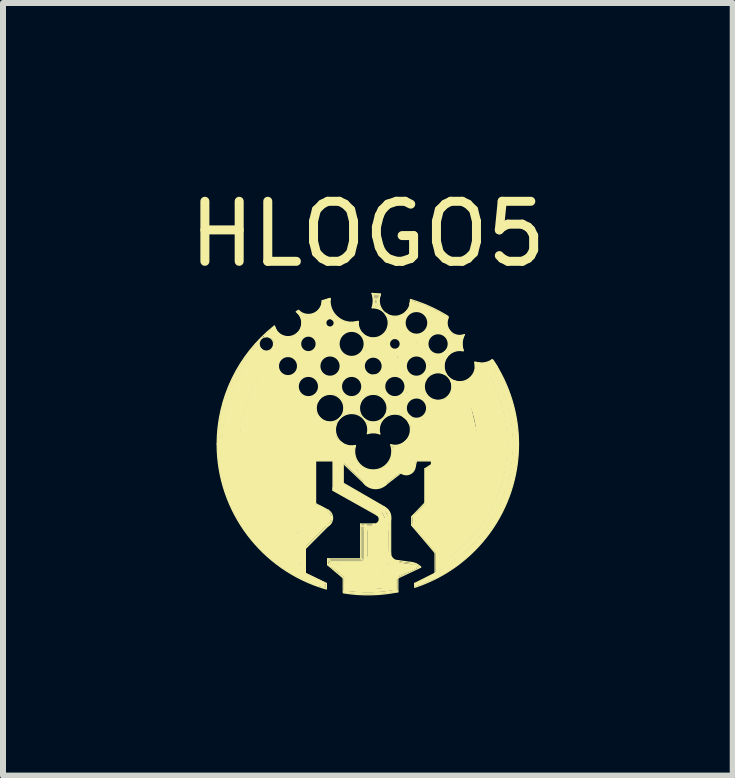
<source format=kicad_pcb>
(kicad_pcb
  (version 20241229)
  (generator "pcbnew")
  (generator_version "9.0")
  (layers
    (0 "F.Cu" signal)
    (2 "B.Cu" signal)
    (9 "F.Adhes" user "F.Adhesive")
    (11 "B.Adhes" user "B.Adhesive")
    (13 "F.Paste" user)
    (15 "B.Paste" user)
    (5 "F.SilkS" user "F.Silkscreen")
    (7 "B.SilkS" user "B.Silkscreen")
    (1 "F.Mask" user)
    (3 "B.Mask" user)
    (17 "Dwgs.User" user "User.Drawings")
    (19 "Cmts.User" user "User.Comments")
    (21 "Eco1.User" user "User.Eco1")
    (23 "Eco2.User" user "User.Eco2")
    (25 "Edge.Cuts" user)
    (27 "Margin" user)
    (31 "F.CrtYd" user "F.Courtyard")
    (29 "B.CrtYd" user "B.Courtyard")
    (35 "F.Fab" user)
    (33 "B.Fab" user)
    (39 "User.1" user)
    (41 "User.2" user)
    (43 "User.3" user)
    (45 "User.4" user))
  (footprint "HLOGO5"
    (layer "F.Cu")
    (at 3.077 4.348)
    (property "Reference" "HLOGO5" (at 0 -3.5 0) (layer "F.SilkS") (effects (font (size 1 1) (thickness 0.15))))
    (attr through_hole)
    (fp_line (start -1.88 -0.19) (end -1.63 -1.01) (stroke (width 0.2) (type solid)) (layer "F.SilkS"))
    (fp_line (start -1.85 -1.58) (end -1.78 -1.57) (stroke (width 0.02) (type solid)) (layer "F.SilkS"))
    (fp_line (start -1.84 -1.6) (end -1.82 -1.61) (stroke (width 0.02) (type solid)) (layer "F.SilkS"))
    (fp_line (start -1.84 -1.43) (end -1.75 -1.46) (stroke (width 0.2) (type solid)) (layer "F.SilkS"))
    (fp_line (start -1.83 -1.69) (end -1.81 -1.62) (stroke (width 0.02) (type solid)) (layer "F.SilkS"))
    (fp_line (start -1.83 0.29) (end -1.88 -0.19) (stroke (width 0.2) (type solid)) (layer "F.SilkS"))
    (fp_line (start -1.82 -1.61) (end -1.78 -1.58) (stroke (width 0.02) (type solid)) (layer "F.SilkS"))
    (fp_line (start -1.8 -1.6) (end -1.81 -1.62) (stroke (width 0.02) (type solid)) (layer "F.SilkS"))
    (fp_line (start -1.78 -1.57) (end -1.84 -1.6) (stroke (width 0.02) (type solid)) (layer "F.SilkS"))
    (fp_line (start -1.72 -0.12) (end -1.58 0.61) (stroke (width 0.2) (type solid)) (layer "F.SilkS"))
    (fp_line (start -1.71 -1.8) (end -1.68 -1.83) (stroke (width 0.04) (type solid)) (layer "F.SilkS"))
    (fp_line (start -1.68 -1.5) (end -1.59 -1.52) (stroke (width 0.1) (type solid)) (layer "F.SilkS"))
    (fp_line (start -1.67 -1.81) (end -1.71 -1.8) (stroke (width 0.04) (type solid)) (layer "F.SilkS"))
    (fp_line (start -1.67 -1.43) (end -1.54 -1.3) (stroke (width 0.1) (type solid)) (layer "F.SilkS"))
    (fp_line (start -1.64 -1.83) (end -1.57 -1.89) (stroke (width 0.1) (type solid)) (layer "F.SilkS"))
    (fp_line (start -1.61 -1.83) (end -1.64 -1.83) (stroke (width 0.1) (type solid)) (layer "F.SilkS"))
    (fp_line (start -1.61 0.9) (end -1.83 0.29) (stroke (width 0.2) (type solid)) (layer "F.SilkS"))
    (fp_line (start -1.6 -1.46) (end -1.49 -1.46) (stroke (width 0.1) (type solid)) (layer "F.SilkS"))
    (fp_line (start -1.59 -1.92) (end -1.56 -1.94) (stroke (width 0.04) (type solid)) (layer "F.SilkS"))
    (fp_line (start -1.59 -1.52) (end -1.54 -1.59) (stroke (width 0.1) (type solid)) (layer "F.SilkS"))
    (fp_line (start -1.58 0.61) (end -1.2 1.2) (stroke (width 0.2) (type solid)) (layer "F.SilkS"))
    (fp_line (start -1.57 -1.89) (end -1.54 -1.83) (stroke (width 0.1) (type solid)) (layer "F.SilkS"))
    (fp_line (start -1.57 -0.92) (end -1.72 -0.12) (stroke (width 0.2) (type solid)) (layer "F.SilkS"))
    (fp_line (start -1.57 -0.7) (end -1.53 -0.46) (stroke (width 0.2) (type solid)) (layer "F.SilkS"))
    (fp_line (start -1.56 -1.94) (end -1.56 -1.92) (stroke (width 0.04) (type solid)) (layer "F.SilkS"))
    (fp_line (start -1.55 -1.21) (end -1.39 -1.05) (stroke (width 0.1) (type solid)) (layer "F.SilkS"))
    (fp_line (start -1.54 -1.83) (end -1.5 -1.8) (stroke (width 0.1) (type solid)) (layer "F.SilkS"))
    (fp_line (start -1.54 -1.77) (end -1.61 -1.83) (stroke (width 0.1) (type solid)) (layer "F.SilkS"))
    (fp_line (start -1.54 -1.59) (end -1.51 -1.68) (stroke (width 0.1) (type solid)) (layer "F.SilkS"))
    (fp_line (start -1.54 -1.3) (end -1.53 -1.4) (stroke (width 0.1) (type solid)) (layer "F.SilkS"))
    (fp_line (start -1.53 -1.4) (end -1.6 -1.46) (stroke (width 0.1) (type solid)) (layer "F.SilkS"))
    (fp_line (start -1.53 -0.46) (end -1.43 -0.58) (stroke (width 0.2) (type solid)) (layer "F.SilkS"))
    (fp_line (start -1.52 0.29) (end -1.55 -0.37) (stroke (width 0.2) (type solid)) (layer "F.SilkS"))
    (fp_line (start -1.51 -1.68) (end -1.54 -1.77) (stroke (width 0.1) (type solid)) (layer "F.SilkS"))
    (fp_line (start -1.51 -1.53) (end -1.42 -1.51) (stroke (width 0.1) (type solid)) (layer "F.SilkS"))
    (fp_line (start -1.51 -0.85) (end -1.21 -0.49) (stroke (width 0.2) (type solid)) (layer "F.SilkS"))
    (fp_line (start -1.5 -1.8) (end -1.43 -1.76) (stroke (width 0.1) (type solid)) (layer "F.SilkS"))
    (fp_line (start -1.49 -1.46) (end -1.51 -1.53) (stroke (width 0.1) (type solid)) (layer "F.SilkS"))
    (fp_line (start -1.47 -1.61) (end -1.45 -1.71) (stroke (width 0.1) (type solid)) (layer "F.SilkS"))
    (fp_line (start -1.45 -1.71) (end -1.19 -1.68) (stroke (width 0.1) (type solid)) (layer "F.SilkS"))
    (fp_line (start -1.43 -1.76) (end -1.36 -1.74) (stroke (width 0.1) (type solid)) (layer "F.SilkS"))
    (fp_line (start -1.43 -0.58) (end -1.3 -0.39) (stroke (width 0.2) (type solid)) (layer "F.SilkS"))
    (fp_line (start -1.42 -1.63) (end -1.17 -1.6) (stroke (width 0.1) (type solid)) (layer "F.SilkS"))
    (fp_line (start -1.42 -1.51) (end -1.47 -1.61) (stroke (width 0.1) (type solid)) (layer "F.SilkS"))
    (fp_line (start -1.42 -0.12) (end -1.46 -0.48) (stroke (width 0.2) (type solid)) (layer "F.SilkS"))
    (fp_line (start -1.4 -1.54) (end -1.26 -1.53) (stroke (width 0.1) (type solid)) (layer "F.SilkS"))
    (fp_line (start -1.39 -1.05) (end -1.25 -1.07) (stroke (width 0.1) (type solid)) (layer "F.SilkS"))
    (fp_line (start -1.38 0.06) (end -1.13 -0.53) (stroke (width 0.2) (type solid)) (layer "F.SilkS"))
    (fp_line (start -1.36 -1.74) (end -1.29 -1.74) (stroke (width 0.1) (type solid)) (layer "F.SilkS"))
    (fp_line (start -1.32 -0.97) (end -1.17 -0.8) (stroke (width 0.1) (type solid)) (layer "F.SilkS"))
    (fp_line (start -1.3 -0.39) (end -1.42 -0.12) (stroke (width 0.2) (type solid)) (layer "F.SilkS"))
    (fp_line (start -1.29 -1.74) (end -1.22 -1.76) (stroke (width 0.1) (type solid)) (layer "F.SilkS"))
    (fp_line (start -1.27 1.36) (end -1.61 0.9) (stroke (width 0.2) (type solid)) (layer "F.SilkS"))
    (fp_line (start -1.27 1.43) (end -1.02 1.21) (stroke (width 0.2) (type solid)) (layer "F.SilkS"))
    (fp_line (start -1.26 -1.53) (end -1.17 -1.48) (stroke (width 0.1) (type solid)) (layer "F.SilkS"))
    (fp_line (start -1.26 0.23) (end -1.03 -0.37) (stroke (width 0.2) (type solid)) (layer "F.SilkS"))
    (fp_line (start -1.25 -1.07) (end -1.15 -1.14) (stroke (width 0.1) (type solid)) (layer "F.SilkS"))
    (fp_line (start -1.25 0.65) (end -1.37 0.1) (stroke (width 0.2) (type solid)) (layer "F.SilkS"))
    (fp_line (start -1.24 0.92) (end -1.52 0.29) (stroke (width 0.2) (type solid)) (layer "F.SilkS"))
    (fp_line (start -1.23 -1) (end -1.22 -0.94) (stroke (width 0.1) (type solid)) (layer "F.SilkS"))
    (fp_line (start -1.22 -1.04) (end -1.32 -0.97) (stroke (width 0.1) (type solid)) (layer "F.SilkS"))
    (fp_line (start -1.2 -1.77) (end -1.15 -1.81) (stroke (width 0.1) (type solid)) (layer "F.SilkS"))
    (fp_line (start -1.18 -1.7) (end -1.15 -1.76) (stroke (width 0.04) (type solid)) (layer "F.SilkS"))
    (fp_line (start -1.18 -1.58) (end -1.03 -1.44) (stroke (width 0.1) (type solid)) (layer "F.SilkS"))
    (fp_line (start -1.17 -1.48) (end -1.1 -1.38) (stroke (width 0.1) (type solid)) (layer "F.SilkS"))
    (fp_line (start -1.16 -2.2) (end -1.14 -2.19) (stroke (width 0.04) (type solid)) (layer "F.SilkS"))
    (fp_line (start -1.16 1.18) (end -1.16 0.24) (stroke (width 0.2) (type solid)) (layer "F.SilkS"))
    (fp_line (start -1.15 -2.23) (end -1.19 -2.21) (stroke (width 0.02) (type solid)) (layer "F.SilkS"))
    (fp_line (start -1.15 -1.81) (end -1.09 -1.87) (stroke (width 0.1) (type solid)) (layer "F.SilkS"))
    (fp_line (start -1.15 -1.14) (end -1.11 -1.22) (stroke (width 0.1) (type solid)) (layer "F.SilkS"))
    (fp_line (start -1.14 -2.19) (end -1.08 -2.15) (stroke (width 0.04) (type solid)) (layer "F.SilkS"))
    (fp_line (start -1.13 1.58) (end -0.96 1.36) (stroke (width 0.2) (type solid)) (layer "F.SilkS"))
    (fp_line (start -1.12 -2.15) (end -1.16 -2.2) (stroke (width 0.04) (type solid)) (layer "F.SilkS"))
    (fp_line (start -1.11 0.2) (end -1.07 -0.04) (stroke (width 0.2) (type solid)) (layer "F.SilkS"))
    (fp_line (start -1.1 -2.12) (end -1.12 -2.15) (stroke (width 0.04) (type solid)) (layer "F.SilkS"))
    (fp_line (start -1.1 -1.38) (end -1.1 -1.27) (stroke (width 0.1) (type solid)) (layer "F.SilkS"))
    (fp_line (start -1.09 -1.87) (end -1.07 -1.92) (stroke (width 0.1) (type solid)) (layer "F.SilkS"))
    (fp_line (start -1.09 1.7) (end -1.09 2.14) (stroke (width 0.1) (type solid)) (layer "F.SilkS"))
    (fp_line (start -1.07 -2.12) (end -0.99 -2.11) (stroke (width 0.1) (type solid)) (layer "F.SilkS"))
    (fp_line (start -1.07 -1.92) (end -1.05 -2) (stroke (width 0.1) (type solid)) (layer "F.SilkS"))
    (fp_line (start -1.05 -2.08) (end -1.07 -2.12) (stroke (width 0.1) (type solid)) (layer "F.SilkS"))
    (fp_line (start -1.05 -2) (end -1.05 -2.08) (stroke (width 0.1) (type solid)) (layer "F.SilkS"))
    (fp_line (start -1.05 -1.85) (end -0.95 -1.87) (stroke (width 0.1) (type solid)) (layer "F.SilkS"))
    (fp_line (start -1.05 1.73) (end -0.66 1.34) (stroke (width 0.02) (type solid)) (layer "F.SilkS"))
    (fp_line (start -1.04 -1.43) (end -1.03 -1.27) (stroke (width 0.1) (type solid)) (layer "F.SilkS"))
    (fp_line (start -1.04 1.74) (end -0.62 1.32) (stroke (width 0.02) (type solid)) (layer "F.SilkS"))
    (fp_line (start -1.04 2.15) (end -1.04 1.74) (stroke (width 0.02) (type solid)) (layer "F.SilkS"))
    (fp_line (start -1.04 2.15) (end -0.69 2.32) (stroke (width 0.02) (type solid)) (layer "F.SilkS"))
    (fp_line (start -1.04 2.17) (end -0.73 2.32) (stroke (width 0.04) (type solid)) (layer "F.SilkS"))
    (fp_line (start -1.04 2.21) (end -0.73 2.36) (stroke (width 0.04) (type solid)) (layer "F.SilkS"))
    (fp_line (start -1.02 1.21) (end -1.01 0.16) (stroke (width 0.2) (type solid)) (layer "F.SilkS"))
    (fp_line (start -1.01 -0.72) (end -0.91 -0.72) (stroke (width 0.1) (type solid)) (layer "F.SilkS"))
    (fp_line (start -1.01 0.16) (end -0.54 0.11) (stroke (width 0.2) (type solid)) (layer "F.SilkS"))
    (fp_line (start -1 -1.91) (end -0.97 -2.05) (stroke (width 0.1) (type solid)) (layer "F.SilkS"))
    (fp_line (start -0.99 -2.11) (end -0.92 -2.12) (stroke (width 0.1) (type solid)) (layer "F.SilkS"))
    (fp_line (start -0.96 -1.24) (end -0.96 -1.43) (stroke (width 0.1) (type solid)) (layer "F.SilkS"))
    (fp_line (start -0.95 -1.87) (end -0.85 -1.83) (stroke (width 0.1) (type solid)) (layer "F.SilkS"))
    (fp_line (start -0.94 -1.22) (end -1.09 -1.2) (stroke (width 0.1) (type solid)) (layer "F.SilkS"))
    (fp_line (start -0.93 -1.48) (end -1.02 -1.48) (stroke (width 0.1) (type solid)) (layer "F.SilkS"))
    (fp_line (start -0.93 1.48) (end -0.92 1.03) (stroke (width 0.1) (type solid)) (layer "F.SilkS"))
    (fp_line (start -0.92 -2.12) (end -0.84 -2.15) (stroke (width 0.1) (type solid)) (layer "F.SilkS"))
    (fp_line (start -0.92 -0.67) (end -0.91 -0.59) (stroke (width 0.1) (type solid)) (layer "F.SilkS"))
    (fp_line (start -0.92 0.23) (end -0.92 1.03) (stroke (width 0.1) (type solid)) (layer "F.SilkS"))
    (fp_line (start -0.92 0.23) (end -0.29 0.23) (stroke (width 0.1) (type solid)) (layer "F.SilkS"))
    (fp_line (start -0.91 -0.72) (end -0.83 -0.79) (stroke (width 0.1) (type solid)) (layer "F.SilkS"))
    (fp_line (start -0.91 -0.55) (end -1.11 -0.77) (stroke (width 0.1) (type solid)) (layer "F.SilkS"))
    (fp_line (start -0.9 -2.09) (end -0.91 -1.91) (stroke (width 0.1) (type solid)) (layer "F.SilkS"))
    (fp_line (start -0.89 -0.47) (end -0.91 -0.55) (stroke (width 0.1) (type solid)) (layer "F.SilkS"))
    (fp_line (start -0.89 1.09) (end -0.85 1.37) (stroke (width 0.1) (type solid)) (layer "F.SilkS"))
    (fp_line (start -0.88 -1.24) (end -0.88 -1.44) (stroke (width 0.1) (type solid)) (layer "F.SilkS"))
    (fp_line (start -0.88 -0.63) (end -0.87 -0.68) (stroke (width 0.04) (type solid)) (layer "F.SilkS"))
    (fp_line (start -0.88 1) (end -0.66 1.12) (stroke (width 0.02) (type solid)) (layer "F.SilkS"))
    (fp_line (start -0.87 -0.51) (end -0.83 -0.45) (stroke (width 0.04) (type solid)) (layer "F.SilkS"))
    (fp_line (start -0.87 0.28) (end -0.87 0.99) (stroke (width 0.02) (type solid)) (layer "F.SilkS"))
    (fp_line (start -0.87 0.99) (end -0.66 1.1) (stroke (width 0.02) (type solid)) (layer "F.SilkS"))
    (fp_line (start -0.86 -1.5) (end -0.93 -1.48) (stroke (width 0.1) (type solid)) (layer "F.SilkS"))
    (fp_line (start -0.86 -1.18) (end -0.94 -1.22) (stroke (width 0.1) (type solid)) (layer "F.SilkS"))
    (fp_line (start -0.86 -0.74) (end -0.92 -0.67) (stroke (width 0.1) (type solid)) (layer "F.SilkS"))
    (fp_line (start -0.85 -1.86) (end -0.83 -2.11) (stroke (width 0.1) (type solid)) (layer "F.SilkS"))
    (fp_line (start -0.85 -1.83) (end -0.78 -1.7) (stroke (width 0.1) (type solid)) (layer "F.SilkS"))
    (fp_line (start -0.84 -2.15) (end -0.78 -2.21) (stroke (width 0.1) (type solid)) (layer "F.SilkS"))
    (fp_line (start -0.83 -1.43) (end -0.73 -1.55) (stroke (width 0.1) (type solid)) (layer "F.SilkS"))
    (fp_line (start -0.83 -0.79) (end -0.74 -0.9) (stroke (width 0.1) (type solid)) (layer "F.SilkS"))
    (fp_line (start -0.82 -2.09) (end -0.71 -2.21) (stroke (width 0.1) (type solid)) (layer "F.SilkS"))
    (fp_line (start -0.82 -0.4) (end -0.89 -0.47) (stroke (width 0.1) (type solid)) (layer "F.SilkS"))
    (fp_line (start -0.81 2.35) (end -0.81 2.27) (stroke (width 0.02) (type solid)) (layer "F.SilkS"))
    (fp_line (start -0.8 -1.6) (end -0.86 -1.5) (stroke (width 0.1) (type solid)) (layer "F.SilkS"))
    (fp_line (start -0.8 1.08) (end -0.73 1.12) (stroke (width 0.1) (type solid)) (layer "F.SilkS"))
    (fp_line (start -0.8 1.1) (end -0.89 1.05) (stroke (width 0.1) (type solid)) (layer "F.SilkS"))
    (fp_line (start -0.79 -2.01) (end -0.76 -1.81) (stroke (width 0.1) (type solid)) (layer "F.SilkS"))
    (fp_line (start -0.79 2.36) (end -0.79 2.29) (stroke (width 0.02) (type solid)) (layer "F.SilkS"))
    (fp_line (start -0.78 -2.21) (end -0.74 -2.27) (stroke (width 0.1) (type solid)) (layer "F.SilkS"))
    (fp_line (start -0.78 -1.7) (end -0.8 -1.6) (stroke (width 0.1) (type solid)) (layer "F.SilkS"))
    (fp_line (start -0.78 -1.1) (end -0.86 -1.18) (stroke (width 0.1) (type solid)) (layer "F.SilkS"))
    (fp_line (start -0.78 -0.8) (end -0.74 -0.82) (stroke (width 0.04) (type solid)) (layer "F.SilkS"))
    (fp_line (start -0.77 2.37) (end -0.77 2.3) (stroke (width 0.02) (type solid)) (layer "F.SilkS"))
    (fp_line (start -0.76 -0.35) (end -0.82 -0.4) (stroke (width 0.1) (type solid)) (layer "F.SilkS"))
    (fp_line (start -0.75 -1.62) (end -0.68 -1.54) (stroke (width 0.1) (type solid)) (layer "F.SilkS"))
    (fp_line (start -0.75 2.38) (end -0.75 2.3) (stroke (width 0.02) (type solid)) (layer "F.SilkS"))
    (fp_line (start -0.74 -2.27) (end -0.72 -2.3) (stroke (width 0.1) (type solid)) (layer "F.SilkS"))
    (fp_line (start -0.74 -1.94) (end -0.67 -1.89) (stroke (width 0.1) (type solid)) (layer "F.SilkS"))
    (fp_line (start -0.74 -1) (end -0.78 -1.1) (stroke (width 0.1) (type solid)) (layer "F.SilkS"))
    (fp_line (start -0.74 -0.9) (end -0.74 -1) (stroke (width 0.1) (type solid)) (layer "F.SilkS"))
    (fp_line (start -0.74 0.07) (end -1.04 -0.07) (stroke (width 0.2) (type solid)) (layer "F.SilkS"))
    (fp_line (start -0.74 1.34) (end -1.11 1.71) (stroke (width 0.1) (type solid)) (layer "F.SilkS"))
    (fp_line (start -0.73 -1.09) (end -0.65 -1.06) (stroke (width 0.1) (type solid)) (layer "F.SilkS"))
    (fp_line (start -0.73 2.39) (end -1.04 2.24) (stroke (width 0.02) (type solid)) (layer "F.SilkS"))
    (fp_line (start -0.73 2.39) (end -0.73 2.31) (stroke (width 0.02) (type solid)) (layer "F.SilkS"))
    (fp_line (start -0.72 -2.35) (end -0.68 -2.36) (stroke (width 0.1) (type solid)) (layer "F.SilkS"))
    (fp_line (start -0.72 -2.3) (end -0.72 -2.35) (stroke (width 0.1) (type solid)) (layer "F.SilkS"))
    (fp_line (start -0.71 2.4) (end -0.71 2.32) (stroke (width 0.02) (type solid)) (layer "F.SilkS"))
    (fp_line (start -0.7 -2.14) (end -0.79 -2.01) (stroke (width 0.1) (type solid)) (layer "F.SilkS"))
    (fp_line (start -0.7 -1.83) (end -0.75 -1.62) (stroke (width 0.1) (type solid)) (layer "F.SilkS"))
    (fp_line (start -0.7 -0.33) (end -0.76 -0.35) (stroke (width 0.1) (type solid)) (layer "F.SilkS"))
    (fp_line (start -0.69 2.32) (end -0.69 2.41) (stroke (width 0.02) (type solid)) (layer "F.SilkS"))
    (fp_line (start -0.68 -2.36) (end -0.66 -2.26) (stroke (width 0.1) (type solid)) (layer "F.SilkS"))
    (fp_line (start -0.68 -1.54) (end -0.52 -1.55) (stroke (width 0.1) (type solid)) (layer "F.SilkS"))
    (fp_line (start -0.68 -0.85) (end -0.6 -0.85) (stroke (width 0.04) (type solid)) (layer "F.SilkS"))
    (fp_line (start -0.67 -2.4) (end -0.64 -2.41) (stroke (width 0.04) (type solid)) (layer "F.SilkS"))
    (fp_line (start -0.67 -1.89) (end -0.6 -1.89) (stroke (width 0.1) (type solid)) (layer "F.SilkS"))
    (fp_line (start -0.67 -1.62) (end -0.61 -1.59) (stroke (width 0.1) (type solid)) (layer "F.SilkS"))
    (fp_line (start -0.67 1.91) (end -0.67 2.01) (stroke (width 0.02) (type solid)) (layer "F.SilkS"))
    (fp_line (start -0.66 -2.26) (end -0.64 -2.2) (stroke (width 0.1) (type solid)) (layer "F.SilkS"))
    (fp_line (start -0.66 -1.74) (end -0.67 -1.62) (stroke (width 0.1) (type solid)) (layer "F.SilkS"))
    (fp_line (start -0.65 -1.06) (end -0.65 -0.89) (stroke (width 0.1) (type solid)) (layer "F.SilkS"))
    (fp_line (start -0.65 -0.89) (end -0.75 -0.85) (stroke (width 0.1) (type solid)) (layer "F.SilkS"))
    (fp_line (start -0.65 1.91) (end -0.65 2.02) (stroke (width 0.02) (type solid)) (layer "F.SilkS"))
    (fp_line (start -0.65 2.01) (end -0.61 2.04) (stroke (width 0.02) (type solid)) (layer "F.SilkS"))
    (fp_line (start -0.64 -2.41) (end -0.65 -2.38) (stroke (width 0.04) (type solid)) (layer "F.SilkS"))
    (fp_line (start -0.64 -2.2) (end -0.59 -2.13) (stroke (width 0.1) (type solid)) (layer "F.SilkS"))
    (fp_line (start -0.64 -0.89) (end -0.57 -0.88) (stroke (width 0.1) (type solid)) (layer "F.SilkS"))
    (fp_line (start -0.63 -2.16) (end -0.7 -2.14) (stroke (width 0.1) (type solid)) (layer "F.SilkS"))
    (fp_line (start -0.63 1.93) (end -0.63 2.03) (stroke (width 0.02) (type solid)) (layer "F.SilkS"))
    (fp_line (start -0.63 1.99) (end -0.36 2.22) (stroke (width 0.04) (type solid)) (layer "F.SilkS"))
    (fp_line (start -0.63 2.02) (end -0.39 2.23) (stroke (width 0.02) (type solid)) (layer "F.SilkS"))
    (fp_line (start -0.62 -1.06) (end -0.49 -1.09) (stroke (width 0.1) (type solid)) (layer "F.SilkS"))
    (fp_line (start -0.61 -1.59) (end -0.6 -1.68) (stroke (width 0.1) (type solid)) (layer "F.SilkS"))
    (fp_line (start -0.61 -0.32) (end -0.7 -0.33) (stroke (width 0.1) (type solid)) (layer "F.SilkS"))
    (fp_line (start -0.61 -0.24) (end -0.56 -0.09) (stroke (width 0.1) (type solid)) (layer "F.SilkS"))
    (fp_line (start -0.6 -1.89) (end -0.49 -1.91) (stroke (width 0.1) (type solid)) (layer "F.SilkS"))
    (fp_line (start -0.6 -1.68) (end -0.6 -1.67) (stroke (width 0.1) (type solid)) (layer "F.SilkS"))
    (fp_line (start -0.6 1.98) (end -0.07 1.98) (stroke (width 0.06) (type solid)) (layer "F.SilkS"))
    (fp_line (start -0.59 -2.13) (end -0.51 -2.06) (stroke (width 0.1) (type solid)) (layer "F.SilkS"))
    (fp_line (start -0.58 -0.29) (end -0.59 -0.24) (stroke (width 0.1) (type solid)) (layer "F.SilkS"))
    (fp_line (start -0.58 0.28) (end -0.87 0.28) (stroke (width 0.02) (type solid)) (layer "F.SilkS"))
    (fp_line (start -0.58 0.77) (end -0.58 0.28) (stroke (width 0.02) (type solid)) (layer "F.SilkS"))
    (fp_line (start -0.58 0.77) (end 0.15 1.18) (stroke (width 0.02) (type solid)) (layer "F.SilkS"))
    (fp_line (start -0.57 -1.81) (end -0.7 -1.83) (stroke (width 0.1) (type solid)) (layer "F.SilkS"))
    (fp_line (start -0.57 -1.78) (end -0.57 -1.81) (stroke (width 0.1) (type solid)) (layer "F.SilkS"))
    (fp_line (start -0.57 -0.91) (end -0.57 -1.03) (stroke (width 0.1) (type solid)) (layer "F.SilkS"))
    (fp_line (start -0.57 -0.88) (end -0.49 -0.85) (stroke (width 0.1) (type solid)) (layer "F.SilkS"))
    (fp_line (start -0.57 -0.33) (end -0.65 -0.25) (stroke (width 0.1) (type solid)) (layer "F.SilkS"))
    (fp_line (start -0.56 -0.25) (end -0.55 -0.16) (stroke (width 0.04) (type solid)) (layer "F.SilkS"))
    (fp_line (start -0.55 -1.75) (end -0.66 -1.74) (stroke (width 0.1) (type solid)) (layer "F.SilkS"))
    (fp_line (start -0.55 1.98) (end -0.55 2.04) (stroke (width 0.06) (type solid)) (layer "F.SilkS"))
    (fp_line (start -0.54 0.11) (end -0.99 -0.23) (stroke (width 0.2) (type solid)) (layer "F.SilkS"))
    (fp_line (start -0.54 0.74) (end 0.17 1.13) (stroke (width 0.1) (type solid)) (layer "F.SilkS"))
    (fp_line (start -0.53 -0.37) (end -0.39 -0.51) (stroke (width 0.02) (type solid)) (layer "F.SilkS"))
    (fp_line (start -0.53 0.74) (end -0.53 0.24) (stroke (width 0.1) (type solid)) (layer "F.SilkS"))
    (fp_line (start -0.53 2.03) (end -0.35 2.19) (stroke (width 0.06) (type solid)) (layer "F.SilkS"))
    (fp_line (start -0.52 -1.55) (end -0.55 -1.75) (stroke (width 0.1) (type solid)) (layer "F.SilkS"))
    (fp_line (start -0.52 -1.52) (end -0.41 -1.42) (stroke (width 0.1) (type solid)) (layer "F.SilkS"))
    (fp_line (start -0.52 -0.38) (end -0.58 -0.36) (stroke (width 0.02) (type solid)) (layer "F.SilkS"))
    (fp_line (start -0.52 -0.38) (end -0.54 -0.33) (stroke (width 0.02) (type solid)) (layer "F.SilkS"))
    (fp_line (start -0.51 -2.06) (end -0.42 -2) (stroke (width 0.1) (type solid)) (layer "F.SilkS"))
    (fp_line (start -0.49 -1.91) (end -0.5 -1.99) (stroke (width 0.1) (type solid)) (layer "F.SilkS"))
    (fp_line (start -0.49 -1.09) (end -0.41 -1.18) (stroke (width 0.1) (type solid)) (layer "F.SilkS"))
    (fp_line (start -0.49 -1.08) (end -0.5 -0.9) (stroke (width 0.1) (type solid)) (layer "F.SilkS"))
    (fp_line (start -0.49 -0.85) (end -0.39 -0.76) (stroke (width 0.1) (type solid)) (layer "F.SilkS"))
    (fp_line (start -0.48 2) (end -0.47 2.04) (stroke (width 0.06) (type solid)) (layer "F.SilkS"))
    (fp_line (start -0.46 -0.03) (end -0.41 0.01) (stroke (width 0.04) (type solid)) (layer "F.SilkS"))
    (fp_line (start -0.46 0.69) (end -0.46 0.23) (stroke (width 0.1) (type solid)) (layer "F.SilkS"))
    (fp_line (start -0.45 -1.87) (end -0.57 -1.78) (stroke (width 0.1) (type solid)) (layer "F.SilkS"))
    (fp_line (start -0.43 0.04) (end -0.3 0.08) (stroke (width 0.1) (type solid)) (layer "F.SilkS"))
    (fp_line (start -0.43 0.31) (end -0.38 0.31) (stroke (width 0.02) (type solid)) (layer "F.SilkS"))
    (fp_line (start -0.42 -2) (end -0.31 -1.98) (stroke (width 0.1) (type solid)) (layer "F.SilkS"))
    (fp_line (start -0.41 -0.49) (end -0.39 -0.55) (stroke (width 0.02) (type solid)) (layer "F.SilkS"))
    (fp_line (start -0.41 -0.49) (end -0.35 -0.51) (stroke (width 0.02) (type solid)) (layer "F.SilkS"))
    (fp_line (start -0.41 0.26) (end -0.02 0.63) (stroke (width 0.07) (type solid)) (layer "F.SilkS"))
    (fp_line (start -0.41 0.32) (end -0.02 0.69) (stroke (width 0.02) (type solid)) (layer "F.SilkS"))
    (fp_line (start -0.41 0.65) (end -0.41 0.32) (stroke (width 0.02) (type solid)) (layer "F.SilkS"))
    (fp_line (start -0.41 0.65) (end 0.28 1.05) (stroke (width 0.02) (type solid)) (layer "F.SilkS"))
    (fp_line (start -0.41 2.04) (end -0.05 2.04) (stroke (width 0.1) (type solid)) (layer "F.SilkS"))
    (fp_line (start -0.41 2.23) (end -0.67 2.01) (stroke (width 0.02) (type solid)) (layer "F.SilkS"))
    (fp_line (start -0.41 2.23) (end -0.41 2.47) (stroke (width 0.02) (type solid)) (layer "F.SilkS"))
    (fp_line (start -0.39 -1.38) (end -0.39 -1.24) (stroke (width 0.1) (type solid)) (layer "F.SilkS"))
    (fp_line (start -0.39 -1.24) (end -0.33 -1.19) (stroke (width 0.1) (type solid)) (layer "F.SilkS"))
    (fp_line (start -0.39 -0.76) (end -0.35 -0.65) (stroke (width 0.1) (type solid)) (layer "F.SilkS"))
    (fp_line (start -0.39 2.23) (end -0.39 2.47) (stroke (width 0.02) (type solid)) (layer "F.SilkS"))
    (fp_line (start -0.36 -0.55) (end -0.29 -0.56) (stroke (width 0.1) (type solid)) (layer "F.SilkS"))
    (fp_line (start -0.36 2.45) (end -0.36 2.2) (stroke (width 0.04) (type solid)) (layer "F.SilkS"))
    (fp_line (start -0.35 -1.39) (end -0.31 -1.26) (stroke (width 0.1) (type solid)) (layer "F.SilkS"))
    (fp_line (start -0.35 -0.65) (end -0.35 -0.59) (stroke (width 0.1) (type solid)) (layer "F.SilkS"))
    (fp_line (start -0.35 -0.59) (end -0.36 -0.55) (stroke (width 0.1) (type solid)) (layer "F.SilkS"))
    (fp_line (start -0.35 0.22) (end -1.91 -1.46) (stroke (width 0.2) (type solid)) (layer "F.SilkS"))
    (fp_line (start -0.35 2.36) (end 0.01 2.37) (stroke (width 0.1) (type solid)) (layer "F.SilkS"))
    (fp_line (start -0.33 -1.19) (end -0.1 -1.19) (stroke (width 0.1) (type solid)) (layer "F.SilkS"))
    (fp_line (start -0.33 -0.74) (end -0.15 -0.74) (stroke (width 0.1) (type solid)) (layer "F.SilkS"))
    (fp_line (start -0.33 -0.66) (end -0.18 -0.66) (stroke (width 0.1) (type solid)) (layer "F.SilkS"))
    (fp_line (start -0.32 -0.61) (end -0.23 -0.61) (stroke (width 0.04) (type solid)) (layer "F.SilkS"))
    (fp_line (start -0.32 2.33) (end -0.3 2.18) (stroke (width 0.1) (type solid)) (layer "F.SilkS"))
    (fp_line (start -0.31 -1.98) (end -0.21 -1.98) (stroke (width 0.1) (type solid)) (layer "F.SilkS"))
    (fp_line (start -0.31 2.07) (end -0.17 2.2) (stroke (width 0.1) (type solid)) (layer "F.SilkS"))
    (fp_line (start -0.3 0.28) (end -0.33 0.23) (stroke (width 0.02) (type solid)) (layer "F.SilkS"))
    (fp_line (start -0.3 2.18) (end -0.39 2.09) (stroke (width 0.1) (type solid)) (layer "F.SilkS"))
    (fp_line (start -0.29 -0.56) (end -0.21 -0.56) (stroke (width 0.1) (type solid)) (layer "F.SilkS"))
    (fp_line (start -0.28 0.05) (end -0.24 0.08) (stroke (width 0.02) (type solid)) (layer "F.SilkS"))
    (fp_line (start -0.28 0.09) (end -0.27 0.15) (stroke (width 0.1) (type solid)) (layer "F.SilkS"))
    (fp_line (start -0.27 0.15) (end -0.25 0.25) (stroke (width 0.1) (type solid)) (layer "F.SilkS"))
    (fp_line (start -0.27 0.32) (end -0.32 0.22) (stroke (width 0.02) (type solid)) (layer "F.SilkS"))
    (fp_line (start -0.27 0.32) (end -0.31 0.21) (stroke (width 0.02) (type solid)) (layer "F.SilkS"))
    (fp_line (start -0.26 2.34) (end -0.25 2.2) (stroke (width 0.1) (type solid)) (layer "F.SilkS"))
    (fp_line (start -0.25 0.25) (end -0.19 0.35) (stroke (width 0.1) (type solid)) (layer "F.SilkS"))
    (fp_line (start -0.24 -1.23) (end -0.26 -1.34) (stroke (width 0.1) (type solid)) (layer "F.SilkS"))
    (fp_line (start -0.24 0.05) (end -0.28 0.05) (stroke (width 0.04) (type solid)) (layer "F.SilkS"))
    (fp_line (start -0.24 0.36) (end -0.36 0.23) (stroke (width 0.02) (type solid)) (layer "F.SilkS"))
    (fp_line (start -0.23 -2.02) (end -0.17 -2.03) (stroke (width 0.04) (type solid)) (layer "F.SilkS"))
    (fp_line (start -0.23 0.03) (end -0.24 0.04) (stroke (width 0.02) (type solid)) (layer "F.SilkS"))
    (fp_line (start -0.23 0.04) (end -0.25 0.09) (stroke (width 0.04) (type solid)) (layer "F.SilkS"))
    (fp_line (start -0.23 0.06) (end -0.23 0.13) (stroke (width 0.02) (type solid)) (layer "F.SilkS"))
    (fp_line (start -0.22 -1.93) (end -0.47 -1.91) (stroke (width 0.1) (type solid)) (layer "F.SilkS"))
    (fp_line (start -0.21 -1.98) (end -0.2 -1.95) (stroke (width 0.1) (type solid)) (layer "F.SilkS"))
    (fp_line (start -0.21 -0.56) (end -0.18 -0.55) (stroke (width 0.1) (type solid)) (layer "F.SilkS"))
    (fp_line (start -0.21 0.03) (end -0.23 0.05) (stroke (width 0.02) (type solid)) (layer "F.SilkS"))
    (fp_line (start -0.2 -1.39) (end -0.17 -1.24) (stroke (width 0.1) (type solid)) (layer "F.SilkS"))
    (fp_line (start -0.2 -0.59) (end -0.15 -0.76) (stroke (width 0.1) (type solid)) (layer "F.SilkS"))
    (fp_line (start -0.19 0.35) (end -0.12 0.42) (stroke (width 0.1) (type solid)) (layer "F.SilkS"))
    (fp_line (start -0.19 0.42) (end -0.37 0.24) (stroke (width 0.02) (type solid)) (layer "F.SilkS"))
    (fp_line (start -0.18 -1.93) (end -0.14 -1.89) (stroke (width 0.04) (type solid)) (layer "F.SilkS"))
    (fp_line (start -0.18 2.35) (end -0.26 2.34) (stroke (width 0.1) (type solid)) (layer "F.SilkS"))
    (fp_line (start -0.17 -2.03) (end -0.18 -1.99) (stroke (width 0.04) (type solid)) (layer "F.SilkS"))
    (fp_line (start -0.17 -1.97) (end -0.16 -1.92) (stroke (width 0.04) (type solid)) (layer "F.SilkS"))
    (fp_line (start -0.17 2.2) (end -0.18 2.35) (stroke (width 0.1) (type solid)) (layer "F.SilkS"))
    (fp_line (start -0.16 2.04) (end -0.19 2.16) (stroke (width 0.1) (type solid)) (layer "F.SilkS"))
    (fp_line (start -0.15 -0.76) (end -0.02 -0.88) (stroke (width 0.1) (type solid)) (layer "F.SilkS"))
    (fp_line (start -0.14 -0.49) (end -0.17 -0.51) (stroke (width 0.02) (type solid)) (layer "F.SilkS"))
    (fp_line (start -0.13 -1.42) (end -0.35 -1.39) (stroke (width 0.1) (type solid)) (layer "F.SilkS"))
    (fp_line (start -0.13 -1.16) (end -0.05 -1.09) (stroke (width 0.1) (type solid)) (layer "F.SilkS"))
    (fp_line (start -0.13 -0.5) (end -0.15 -0.54) (stroke (width 0.02) (type solid)) (layer "F.SilkS"))
    (fp_line (start -0.13 0.49) (end 0.33 0.53) (stroke (width 0.1) (type solid)) (layer "F.SilkS"))
    (fp_line (start -0.12 0.42) (end -0.01 0.47) (stroke (width 0.1) (type solid)) (layer "F.SilkS"))
    (fp_line (start -0.12 1.33) (end 0.11 1.33) (stroke (width 0.02) (type solid)) (layer "F.SilkS"))
    (fp_line (start -0.12 1.35) (end 0.11 1.35) (stroke (width 0.02) (type solid)) (layer "F.SilkS"))
    (fp_line (start -0.12 1.91) (end -0.12 1.33) (stroke (width 0.02) (type solid)) (layer "F.SilkS"))
    (fp_line (start -0.12 2.05) (end -0.09 2.34) (stroke (width 0.1) (type solid)) (layer "F.SilkS"))
    (fp_line (start -0.11 -1.42) (end 0 -1.53) (stroke (width 0.1) (type solid)) (layer "F.SilkS"))
    (fp_line (start -0.11 -0.47) (end -0.18 -0.54) (stroke (width 0.02) (type solid)) (layer "F.SilkS"))
    (fp_line (start -0.1 -1.19) (end -0.13 -1.42) (stroke (width 0.1) (type solid)) (layer "F.SilkS"))
    (fp_line (start -0.1 1.37) (end 0.11 1.37) (stroke (width 0.02) (type solid)) (layer "F.SilkS"))
    (fp_line (start -0.1 1.91) (end -0.67 1.91) (stroke (width 0.02) (type solid)) (layer "F.SilkS"))
    (fp_line (start -0.1 1.93) (end -0.1 1.35) (stroke (width 0.02) (type solid)) (layer "F.SilkS"))
    (fp_line (start -0.08 1.93) (end -0.65 1.93) (stroke (width 0.02) (type solid)) (layer "F.SilkS"))
    (fp_line (start -0.08 1.95) (end -0.08 1.37) (stroke (width 0.02) (type solid)) (layer "F.SilkS"))
    (fp_line (start -0.07 -1.8) (end 0 -1.77) (stroke (width 0.04) (type solid)) (layer "F.SilkS"))
    (fp_line (start -0.06 -1.15) (end 0.04 -1.08) (stroke (width 0.1) (type solid)) (layer "F.SilkS"))
    (fp_line (start -0.06 1.95) (end -0.63 1.95) (stroke (width 0.02) (type solid)) (layer "F.SilkS"))
    (fp_line (start -0.05 -1.09) (end -0.03 -0.94) (stroke (width 0.1) (type solid)) (layer "F.SilkS"))
    (fp_line (start -0.05 2.04) (end -0.04 2.04) (stroke (width 0.1) (type solid)) (layer "F.SilkS"))
    (fp_line (start -0.04 -0.4) (end 0 -0.34) (stroke (width 0.02) (type solid)) (layer "F.SilkS"))
    (fp_line (start -0.04 -0.4) (end 0.03 -0.36) (stroke (width 0.02) (type solid)) (layer "F.SilkS"))
    (fp_line (start -0.04 0.58) (end 0.27 0.6) (stroke (width 0.1) (type solid)) (layer "F.SilkS"))
    (fp_line (start -0.04 1.36) (end -0.04 1.98) (stroke (width 0.06) (type solid)) (layer "F.SilkS"))
    (fp_line (start -0.04 1.41) (end 0.12 1.41) (stroke (width 0.06) (type solid)) (layer "F.SilkS"))
    (fp_line (start -0.03 -0.94) (end -0.02 -0.86) (stroke (width 0.1) (type solid)) (layer "F.SilkS"))
    (fp_line (start -0.02 -0.86) (end 0.07 -0.88) (stroke (width 0.1) (type solid)) (layer "F.SilkS"))
    (fp_line (start -0.02 1.92) (end -0.02 2.09) (stroke (width 0.1) (type solid)) (layer "F.SilkS"))
    (fp_line (start -0.01 -1.74) (end 0.01 -1.73) (stroke (width 0.1) (type solid)) (layer "F.SilkS"))
    (fp_line (start -0.01 0.47) (end 0.11 0.48) (stroke (width 0.1) (type solid)) (layer "F.SilkS"))
    (fp_line (start -0.01 0.64) (end 0.23 0.65) (stroke (width 0.1) (type solid)) (layer "F.SilkS"))
    (fp_line (start 0 -0.34) (end 0.02 -0.29) (stroke (width 0.04) (type solid)) (layer "F.SilkS"))
    (fp_line (start 0 -0.19) (end 0.09 -0.2) (stroke (width 0.02) (type solid)) (layer "F.SilkS"))
    (fp_line (start 0.01 -1.73) (end 0.01 -1.59) (stroke (width 0.1) (type solid)) (layer "F.SilkS"))
    (fp_line (start 0.01 2.36) (end -0.05 2.04) (stroke (width 0.1) (type solid)) (layer "F.SilkS"))
    (fp_line (start 0.01 2.37) (end 0.41 2.34) (stroke (width 0.1) (type solid)) (layer "F.SilkS"))
    (fp_line (start 0.02 -0.36) (end 0.09 -0.35) (stroke (width 0.04) (type solid)) (layer "F.SilkS"))
    (fp_line (start 0.02 -0.29) (end 0.02 -0.21) (stroke (width 0.04) (type solid)) (layer "F.SilkS"))
    (fp_line (start 0.03 -1.76) (end 0.06 -1.75) (stroke (width 0.04) (type solid)) (layer "F.SilkS"))
    (fp_line (start 0.03 -1.53) (end 0.11 -1.54) (stroke (width 0.1) (type solid)) (layer "F.SilkS"))
    (fp_line (start 0.03 -0.33) (end -0.07 -0.43) (stroke (width 0.02) (type solid)) (layer "F.SilkS"))
    (fp_line (start 0.03 -0.33) (end 0.09 -0.32) (stroke (width 0.04) (type solid)) (layer "F.SilkS"))
    (fp_line (start 0.03 -0.3) (end 0.05 -0.23) (stroke (width 0.04) (type solid)) (layer "F.SilkS"))
    (fp_line (start 0.03 -0.21) (end 0.16 -0.21) (stroke (width 0.04) (type solid)) (layer "F.SilkS"))
    (fp_line (start 0.04 -1.08) (end 0.06 -0.93) (stroke (width 0.1) (type solid)) (layer "F.SilkS"))
    (fp_line (start 0.04 1.42) (end 0.04 2.36) (stroke (width 0.1) (type solid)) (layer "F.SilkS"))
    (fp_line (start 0.05 -0.23) (end 0.14 -0.23) (stroke (width 0.04) (type solid)) (layer "F.SilkS"))
    (fp_line (start 0.06 -1.72) (end 0.11 -1.72) (stroke (width 0.1) (type solid)) (layer "F.SilkS"))
    (fp_line (start 0.06 -0.28) (end 0.07 -0.26) (stroke (width 0.04) (type solid)) (layer "F.SilkS"))
    (fp_line (start 0.07 -0.88) (end 0.16 -0.88) (stroke (width 0.1) (type solid)) (layer "F.SilkS"))
    (fp_line (start 0.07 -0.26) (end 0.11 -0.26) (stroke (width 0.04) (type solid)) (layer "F.SilkS"))
    (fp_line (start 0.08 -2.51) (end 0.1 -2.42) (stroke (width 0.02) (type solid)) (layer "F.SilkS"))
    (fp_line (start 0.09 -2.49) (end 0.2 -2.49) (stroke (width 0.02) (type solid)) (layer "F.SilkS"))
    (fp_line (start 0.09 -2.28) (end 0.1 -2.41) (stroke (width 0.02) (type solid)) (layer "F.SilkS"))
    (fp_line (start 0.09 -2.28) (end 0.11 -2.28) (stroke (width 0.02) (type solid)) (layer "F.SilkS"))
    (fp_line (start 0.09 -1.57) (end 0.1 -1.69) (stroke (width 0.1) (type solid)) (layer "F.SilkS"))
    (fp_line (start 0.09 -0.35) (end 0.16 -0.36) (stroke (width 0.04) (type solid)) (layer "F.SilkS"))
    (fp_line (start 0.09 -0.32) (end 0.17 -0.33) (stroke (width 0.04) (type solid)) (layer "F.SilkS"))
    (fp_line (start 0.09 -0.2) (end 0.19 -0.19) (stroke (width 0.02) (type solid)) (layer "F.SilkS"))
    (fp_line (start 0.1 -2.45) (end 0.19 -2.45) (stroke (width 0.02) (type solid)) (layer "F.SilkS"))
    (fp_line (start 0.1 -2.41) (end 0.18 -2.41) (stroke (width 0.02) (type solid)) (layer "F.SilkS"))
    (fp_line (start 0.11 -2.34) (end 0.17 -2.34) (stroke (width 0.02) (type solid)) (layer "F.SilkS"))
    (fp_line (start 0.11 -2.32) (end 0.19 -2.3) (stroke (width 0.02) (type solid)) (layer "F.SilkS"))
    (fp_line (start 0.11 -2.31) (end 0.19 -2.28) (stroke (width 0.02) (type solid)) (layer "F.SilkS"))
    (fp_line (start 0.11 -2.28) (end 0.11 -2.41) (stroke (width 0.02) (type solid)) (layer "F.SilkS"))
    (fp_line (start 0.11 -2.28) (end 0.21 -2.25) (stroke (width 0.02) (type solid)) (layer "F.SilkS"))
    (fp_line (start 0.11 -1.72) (end 0.17 -1.73) (stroke (width 0.1) (type solid)) (layer "F.SilkS"))
    (fp_line (start 0.11 -1.54) (end 0.21 -1.51) (stroke (width 0.1) (type solid)) (layer "F.SilkS"))
    (fp_line (start 0.11 -1.11) (end 0.15 -0.93) (stroke (width 0.1) (type solid)) (layer "F.SilkS"))
    (fp_line (start 0.11 0.48) (end 0.19 0.47) (stroke (width 0.1) (type solid)) (layer "F.SilkS"))
    (fp_line (start 0.12 -2.35) (end 0.12 -2.4) (stroke (width 0.02) (type solid)) (layer "F.SilkS"))
    (fp_line (start 0.13 -0.28) (end 0.06 -0.28) (stroke (width 0.04) (type solid)) (layer "F.SilkS"))
    (fp_line (start 0.13 2.27) (end 0.36 2.26) (stroke (width 0.1) (type solid)) (layer "F.SilkS"))
    (fp_line (start 0.13 2.36) (end 0.13 1.41) (stroke (width 0.1) (type solid)) (layer "F.SilkS"))
    (fp_line (start 0.14 -2.4) (end 0.14 -2.35) (stroke (width 0.02) (type solid)) (layer "F.SilkS"))
    (fp_line (start 0.14 -0.23) (end 0.13 -0.28) (stroke (width 0.04) (type solid)) (layer "F.SilkS"))
    (fp_line (start 0.15 -0.3) (end 0.03 -0.3) (stroke (width 0.04) (type solid)) (layer "F.SilkS"))
    (fp_line (start 0.16 -2.35) (end 0.16 -2.4) (stroke (width 0.02) (type solid)) (layer "F.SilkS"))
    (fp_line (start 0.16 -0.88) (end 0.22 -0.85) (stroke (width 0.1) (type solid)) (layer "F.SilkS"))
    (fp_line (start 0.16 -0.21) (end 0.15 -0.3) (stroke (width 0.04) (type solid)) (layer "F.SilkS"))
    (fp_line (start 0.16 -0.2) (end 0.19 -0.37) (stroke (width 0.04) (type solid)) (layer "F.SilkS"))
    (fp_line (start 0.17 -2.43) (end 0.17 -2.37) (stroke (width 0.02) (type solid)) (layer "F.SilkS"))
    (fp_line (start 0.17 -1.73) (end 0.24 -1.75) (stroke (width 0.1) (type solid)) (layer "F.SilkS"))
    (fp_line (start 0.18 -2.43) (end 0.1 -2.43) (stroke (width 0.02) (type solid)) (layer "F.SilkS"))
    (fp_line (start 0.18 -2.34) (end 0.18 -2.39) (stroke (width 0.02) (type solid)) (layer "F.SilkS"))
    (fp_line (start 0.18 -2.33) (end 0.17 -2.31) (stroke (width 0.02) (type solid)) (layer "F.SilkS"))
    (fp_line (start 0.18 -2.32) (end 0.11 -2.33) (stroke (width 0.02) (type solid)) (layer "F.SilkS"))
    (fp_line (start 0.18 -2.27) (end 0.12 -2.29) (stroke (width 0.02) (type solid)) (layer "F.SilkS"))
    (fp_line (start 0.18 -1.55) (end 0.19 -1.69) (stroke (width 0.1) (type solid)) (layer "F.SilkS"))
    (fp_line (start 0.18 -0.25) (end 0.19 -0.33) (stroke (width 0.02) (type solid)) (layer "F.SilkS"))
    (fp_line (start 0.18 -0.2) (end 0.18 -0.25) (stroke (width 0.02) (type solid)) (layer "F.SilkS"))
    (fp_line (start 0.19 -2.47) (end 0.18 -2.39) (stroke (width 0.02) (type solid)) (layer "F.SilkS"))
    (fp_line (start 0.19 -2.3) (end 0.18 -2.34) (stroke (width 0.02) (type solid)) (layer "F.SilkS"))
    (fp_line (start 0.19 -0.33) (end 0.21 -0.37) (stroke (width 0.02) (type solid)) (layer "F.SilkS"))
    (fp_line (start 0.19 0.47) (end 0.28 0.43) (stroke (width 0.1) (type solid)) (layer "F.SilkS"))
    (fp_line (start 0.2 -2.47) (end 0.09 -2.47) (stroke (width 0.02) (type solid)) (layer "F.SilkS"))
    (fp_line (start 0.2 -2.26) (end 0.18 -2.29) (stroke (width 0.02) (type solid)) (layer "F.SilkS"))
    (fp_line (start 0.2 -1.77) (end 0.26 -1.81) (stroke (width 0.04) (type solid)) (layer "F.SilkS"))
    (fp_line (start 0.2 1.13) (end 0.28 1.29) (stroke (width 0.06) (type solid)) (layer "F.SilkS"))
    (fp_line (start 0.21 -1.51) (end 0.27 -1.45) (stroke (width 0.1) (type solid)) (layer "F.SilkS"))
    (fp_line (start 0.21 -1.13) (end 0.33 -1.26) (stroke (width 0.1) (type solid)) (layer "F.SilkS"))
    (fp_line (start 0.21 -0.9) (end 0.2 -1.12) (stroke (width 0.1) (type solid)) (layer "F.SilkS"))
    (fp_line (start 0.21 -0.39) (end 0.16 -0.37) (stroke (width 0.02) (type solid)) (layer "F.SilkS"))
    (fp_line (start 0.21 1.44) (end 0.22 2.24) (stroke (width 0.1) (type solid)) (layer "F.SilkS"))
    (fp_line (start 0.22 -1.04) (end 0.35 -1.2) (stroke (width 0.1) (type solid)) (layer "F.SilkS"))
    (fp_line (start 0.23 -2.24) (end 0.19 -2.3) (stroke (width 0.02) (type solid)) (layer "F.SilkS"))
    (fp_line (start 0.23 -0.84) (end 0.29 -0.8) (stroke (width 0.1) (type solid)) (layer "F.SilkS"))
    (fp_line (start 0.23 -0.4) (end 0.21 -0.37) (stroke (width 0.02) (type solid)) (layer "F.SilkS"))
    (fp_line (start 0.24 -1.75) (end 0.28 -1.78) (stroke (width 0.1) (type solid)) (layer "F.SilkS"))
    (fp_line (start 0.24 1.08) (end -0.46 0.68) (stroke (width 0.1) (type solid)) (layer "F.SilkS"))
    (fp_line (start 0.24 1.08) (end 0.34 1.28) (stroke (width 0.06) (type solid)) (layer "F.SilkS"))
    (fp_line (start 0.26 -1.69) (end 0.27 -1.54) (stroke (width 0.1) (type solid)) (layer "F.SilkS"))
    (fp_line (start 0.27 -1.54) (end 0.38 -1.4) (stroke (width 0.1) (type solid)) (layer "F.SilkS"))
    (fp_line (start 0.27 -1.45) (end 0.3 -1.39) (stroke (width 0.1) (type solid)) (layer "F.SilkS"))
    (fp_line (start 0.28 -1.78) (end 0.35 -1.86) (stroke (width 0.1) (type solid)) (layer "F.SilkS"))
    (fp_line (start 0.28 0.43) (end 0.37 0.35) (stroke (width 0.1) (type solid)) (layer "F.SilkS"))
    (fp_line (start 0.28 0.5) (end 0.55 0.24) (stroke (width 0.1) (type solid)) (layer "F.SilkS"))
    (fp_line (start 0.28 1.28) (end 0.19 1.42) (stroke (width 0.1) (type solid)) (layer "F.SilkS"))
    (fp_line (start 0.29 -0.8) (end 0.34 -0.73) (stroke (width 0.1) (type solid)) (layer "F.SilkS"))
    (fp_line (start 0.3 -1.39) (end 0.32 -1.3) (stroke (width 0.1) (type solid)) (layer "F.SilkS"))
    (fp_line (start 0.3 -0.48) (end 0.35 -0.5) (stroke (width 0.04) (type solid)) (layer "F.SilkS"))
    (fp_line (start 0.31 -2.16) (end 0.3 -2.17) (stroke (width 0.04) (type solid)) (layer "F.SilkS"))
    (fp_line (start 0.31 -1.62) (end 0.35 -1.55) (stroke (width 0.1) (type solid)) (layer "F.SilkS"))
    (fp_line (start 0.31 -0.48) (end 0.21 -0.38) (stroke (width 0.02) (type solid)) (layer "F.SilkS"))
    (fp_line (start 0.31 2.24) (end 0.28 1.47) (stroke (width 0.1) (type solid)) (layer "F.SilkS"))
    (fp_line (start 0.32 -2.15) (end 0.37 -2.12) (stroke (width 0.04) (type solid)) (layer "F.SilkS"))
    (fp_line (start 0.32 1.24) (end 0.32 1.82) (stroke (width 0.06) (type solid)) (layer "F.SilkS"))
    (fp_line (start 0.32 1.39) (end 0.19 1.45) (stroke (width 0.1) (type solid)) (layer "F.SilkS"))
    (fp_line (start 0.34 -2.11) (end 0.32 -2.15) (stroke (width 0.04) (type solid)) (layer "F.SilkS"))
    (fp_line (start 0.34 -1.93) (end 0.36 -1.99) (stroke (width 0.04) (type solid)) (layer "F.SilkS"))
    (fp_line (start 0.34 -0.73) (end 0.37 -0.65) (stroke (width 0.1) (type solid)) (layer "F.SilkS"))
    (fp_line (start 0.35 -2.08) (end 0.34 -2.11) (stroke (width 0.04) (type solid)) (layer "F.SilkS"))
    (fp_line (start 0.35 -1.86) (end 0.39 -1.95) (stroke (width 0.1) (type solid)) (layer "F.SilkS"))
    (fp_line (start 0.35 -1.55) (end 0.44 -1.47) (stroke (width 0.1) (type solid)) (layer "F.SilkS"))
    (fp_line (start 0.35 -0.5) (end 0.32 -0.51) (stroke (width 0.04) (type solid)) (layer "F.SilkS"))
    (fp_line (start 0.35 0.52) (end 0.52 0.37) (stroke (width 0.1) (type solid)) (layer "F.SilkS"))
    (fp_line (start 0.36 1.24) (end 0.36 1.82) (stroke (width 0.02) (type solid)) (layer "F.SilkS"))
    (fp_line (start 0.37 -1.8) (end 0.26 -1.69) (stroke (width 0.1) (type solid)) (layer "F.SilkS"))
    (fp_line (start 0.37 -0.65) (end 0.37 -0.59) (stroke (width 0.1) (type solid)) (layer "F.SilkS"))
    (fp_line (start 0.37 0.35) (end 0.43 0.25) (stroke (width 0.1) (type solid)) (layer "F.SilkS"))
    (fp_line (start 0.38 -1.4) (end 0.42 -1.2) (stroke (width 0.1) (type solid)) (layer "F.SilkS"))
    (fp_line (start 0.38 -0.75) (end 0.45 -0.61) (stroke (width 0.1) (type solid)) (layer "F.SilkS"))
    (fp_line (start 0.38 1.24) (end 0.38 1.82) (stroke (width 0.02) (type solid)) (layer "F.SilkS"))
    (fp_line (start 0.39 -2.03) (end 0.39 -2.09) (stroke (width 0.1) (type solid)) (layer "F.SilkS"))
    (fp_line (start 0.39 -1.95) (end 0.39 -2.03) (stroke (width 0.1) (type solid)) (layer "F.SilkS"))
    (fp_line (start 0.39 1.95) (end 0.33 1.88) (stroke (width 0.1) (type solid)) (layer "F.SilkS"))
    (fp_line (start 0.4 0.02) (end 0.41 0.09) (stroke (width 0.02) (type solid)) (layer "F.SilkS"))
    (fp_line (start 0.4 0.02) (end 0.44 0.04) (stroke (width 0.02) (type solid)) (layer "F.SilkS"))
    (fp_line (start 0.4 0.02) (end 0.48 0.03) (stroke (width 0.02) (type solid)) (layer "F.SilkS"))
    (fp_line (start 0.4 2.34) (end 0.39 1.99) (stroke (width 0.1) (type solid)) (layer "F.SilkS"))
    (fp_line (start 0.41 -2.08) (end 0.49 -2.08) (stroke (width 0.1) (type solid)) (layer "F.SilkS"))
    (fp_line (start 0.41 -1.83) (end 0.5 -1.83) (stroke (width 0.1) (type solid)) (layer "F.SilkS"))
    (fp_line (start 0.41 2.34) (end 0.4 2.34) (stroke (width 0.1) (type solid)) (layer "F.SilkS"))
    (fp_line (start 0.42 -0.55) (end 0.36 -0.54) (stroke (width 0.1) (type solid)) (layer "F.SilkS"))
    (fp_line (start 0.42 0.03) (end 0.42 0.07) (stroke (width 0.02) (type solid)) (layer "F.SilkS"))
    (fp_line (start 0.43 0.25) (end 0.45 0.13) (stroke (width 0.1) (type solid)) (layer "F.SilkS"))
    (fp_line (start 0.44 -1.47) (end 0.51 -1.19) (stroke (width 0.1) (type solid)) (layer "F.SilkS"))
    (fp_line (start 0.44 1.99) (end 0.55 2.05) (stroke (width 0.06) (type solid)) (layer "F.SilkS"))
    (fp_line (start 0.44 2.2) (end 0.47 2.22) (stroke (width 0.06) (type solid)) (layer "F.SilkS"))
    (fp_line (start 0.45 0.13) (end 0.47 0.07) (stroke (width 0.1) (type solid)) (layer "F.SilkS"))
    (fp_line (start 0.45 2.16) (end 0.44 1.99) (stroke (width 0.06) (type solid)) (layer "F.SilkS"))
    (fp_line (start 0.45 2.2) (end 0.76 2.06) (stroke (width 0.05) (type solid)) (layer "F.SilkS"))
    (fp_line (start 0.45 2.42) (end 0.45 2.2) (stroke (width 0.04) (type solid)) (layer "F.SilkS"))
    (fp_line (start 0.46 -2.05) (end 0.45 -1.89) (stroke (width 0.1) (type solid)) (layer "F.SilkS"))
    (fp_line (start 0.47 -0.75) (end 0.51 -0.62) (stroke (width 0.1) (type solid)) (layer "F.SilkS"))
    (fp_line (start 0.47 2.1) (end 0.5 2.05) (stroke (width 0.06) (type solid)) (layer "F.SilkS"))
    (fp_line (start 0.48 0.04) (end 0.5 0.04) (stroke (width 0.04) (type solid)) (layer "F.SilkS"))
    (fp_line (start 0.48 2.22) (end 0.48 2.46) (stroke (width 0.02) (type solid)) (layer "F.SilkS"))
    (fp_line (start 0.48 2.22) (end 0.5 2.23) (stroke (width 0.02) (type solid)) (layer "F.SilkS"))
    (fp_line (start 0.49 -2.08) (end 0.54 -2.09) (stroke (width 0.1) (type solid)) (layer "F.SilkS"))
    (fp_line (start 0.49 0.2) (end 0.77 0.23) (stroke (width 0.1) (type solid)) (layer "F.SilkS"))
    (fp_line (start 0.5 -1.83) (end 0.58 -1.8) (stroke (width 0.1) (type solid)) (layer "F.SilkS"))
    (fp_line (start 0.5 -0.55) (end 0.42 -0.55) (stroke (width 0.1) (type solid)) (layer "F.SilkS"))
    (fp_line (start 0.5 0.04) (end 0.55 0.02) (stroke (width 0.04) (type solid)) (layer "F.SilkS"))
    (fp_line (start 0.5 1.94) (end 0.72 1.97) (stroke (width 0.02) (type solid)) (layer "F.SilkS"))
    (fp_line (start 0.5 1.96) (end 0.72 1.99) (stroke (width 0.02) (type solid)) (layer "F.SilkS"))
    (fp_line (start 0.5 2) (end 0.79 2.04) (stroke (width 0.06) (type solid)) (layer "F.SilkS"))
    (fp_line (start 0.5 2.23) (end 0.5 2.46) (stroke (width 0.02) (type solid)) (layer "F.SilkS"))
    (fp_line (start 0.5 2.23) (end 0.88 2.05) (stroke (width 0.02) (type solid)) (layer "F.SilkS"))
    (fp_line (start 0.52 0.45) (end 0.25 0.66) (stroke (width 0.07) (type solid)) (layer "F.SilkS"))
    (fp_line (start 0.54 -2.09) (end 0.59 -2.12) (stroke (width 0.1) (type solid)) (layer "F.SilkS"))
    (fp_line (start 0.54 2.1) (end 0.47 2.1) (stroke (width 0.06) (type solid)) (layer "F.SilkS"))
    (fp_line (start 0.55 -2.07) (end 0.54 -1.88) (stroke (width 0.1) (type solid)) (layer "F.SilkS"))
    (fp_line (start 0.55 -1.54) (end 0.48 -1.51) (stroke (width 0.1) (type solid)) (layer "F.SilkS"))
    (fp_line (start 0.55 0.02) (end 0.62 -0.02) (stroke (width 0.04) (type solid)) (layer "F.SilkS"))
    (fp_line (start 0.55 0.48) (end 0.28 0.69) (stroke (width 0.02) (type solid)) (layer "F.SilkS"))
    (fp_line (start 0.55 2.05) (end 0.54 2.1) (stroke (width 0.06) (type solid)) (layer "F.SilkS"))
    (fp_line (start 0.56 -0.58) (end 0.56 -0.73) (stroke (width 0.1) (type solid)) (layer "F.SilkS"))
    (fp_line (start 0.56 -0.54) (end 0.5 -0.55) (stroke (width 0.1) (type solid)) (layer "F.SilkS"))
    (fp_line (start 0.57 -1.2) (end 0.54 -1.47) (stroke (width 0.1) (type solid)) (layer "F.SilkS"))
    (fp_line (start 0.58 -1.9) (end 0.67 -1.79) (stroke (width 0.1) (type solid)) (layer "F.SilkS"))
    (fp_line (start 0.58 -1.8) (end 0.61 -1.72) (stroke (width 0.1) (type solid)) (layer "F.SilkS"))
    (fp_line (start 0.58 -0.73) (end 0.7 -0.85) (stroke (width 0.1) (type solid)) (layer "F.SilkS"))
    (fp_line (start 0.58 0.12) (end 2.04 -1.27) (stroke (width 0.2) (type solid)) (layer "F.SilkS"))
    (fp_line (start 0.58 2.02) (end 0.59 2.1) (stroke (width 0.06) (type solid)) (layer "F.SilkS"))
    (fp_line (start 0.59 -1.42) (end 0.62 -1.51) (stroke (width 0.1) (type solid)) (layer "F.SilkS"))
    (fp_line (start 0.59 -0.67) (end 0.62 -0.71) (stroke (width 0.04) (type solid)) (layer "F.SilkS"))
    (fp_line (start 0.59 2.1) (end 0.45 2.16) (stroke (width 0.06) (type solid)) (layer "F.SilkS"))
    (fp_line (start 0.6 -1.58) (end 0.55 -1.54) (stroke (width 0.1) (type solid)) (layer "F.SilkS"))
    (fp_line (start 0.6 -1.38) (end 0.59 -1.35) (stroke (width 0.04) (type solid)) (layer "F.SilkS"))
    (fp_line (start 0.61 -2.15) (end 0.65 -2.2) (stroke (width 0.04) (type solid)) (layer "F.SilkS"))
    (fp_line (start 0.61 -1.72) (end 0.61 -1.66) (stroke (width 0.1) (type solid)) (layer "F.SilkS"))
    (fp_line (start 0.61 -1.66) (end 0.6 -1.58) (stroke (width 0.1) (type solid)) (layer "F.SilkS"))
    (fp_line (start 0.63 -0.48) (end 0.56 -0.54) (stroke (width 0.1) (type solid)) (layer "F.SilkS"))
    (fp_line (start 0.63 2.04) (end 0.64 2.09) (stroke (width 0.06) (type solid)) (layer "F.SilkS"))
    (fp_line (start 0.65 -2.2) (end 0.7 -2.26) (stroke (width 0.04) (type solid)) (layer "F.SilkS"))
    (fp_line (start 0.66 -1.49) (end 0.69 -1.71) (stroke (width 0.1) (type solid)) (layer "F.SilkS"))
    (fp_line (start 0.66 0.13) (end 1.13 0.13) (stroke (width 0.2) (type solid)) (layer "F.SilkS"))
    (fp_line (start 0.67 -1.79) (end 0.78 -1.75) (stroke (width 0.1) (type solid)) (layer "F.SilkS"))
    (fp_line (start 0.67 -1.09) (end 0.57 -1.2) (stroke (width 0.1) (type solid)) (layer "F.SilkS"))
    (fp_line (start 0.67 2.04) (end 0.69 2.07) (stroke (width 0.06) (type solid)) (layer "F.SilkS"))
    (fp_line (start 0.68 -1.07) (end 0.7 -1.01) (stroke (width 0.1) (type solid)) (layer "F.SilkS"))
    (fp_line (start 0.68 -0.38) (end 0.71 -0.33) (stroke (width 0.04) (type solid)) (layer "F.SilkS"))
    (fp_line (start 0.7 -2.26) (end 0.72 -2.3) (stroke (width 0.04) (type solid)) (layer "F.SilkS"))
    (fp_line (start 0.7 -2.23) (end 0.74 -2.28) (stroke (width 0.04) (type solid)) (layer "F.SilkS"))
    (fp_line (start 0.7 -1.01) (end 0.7 -0.94) (stroke (width 0.1) (type solid)) (layer "F.SilkS"))
    (fp_line (start 0.7 -0.94) (end 0.69 -0.89) (stroke (width 0.1) (type solid)) (layer "F.SilkS"))
    (fp_line (start 0.72 -2.3) (end 0.82 -2.26) (stroke (width 0.04) (type solid)) (layer "F.SilkS"))
    (fp_line (start 0.72 -0.83) (end 0.78 -0.85) (stroke (width 0.1) (type solid)) (layer "F.SilkS"))
    (fp_line (start 0.72 -0.1) (end 0.75 -0.16) (stroke (width 0.1) (type solid)) (layer "F.SilkS"))
    (fp_line (start 0.72 1.98) (end 0.8 2) (stroke (width 0.02) (type solid)) (layer "F.SilkS"))
    (fp_line (start 0.72 1.99) (end 0.8 2.02) (stroke (width 0.02) (type solid)) (layer "F.SilkS"))
    (fp_line (start 0.73 -2.37) (end 0.72 -2.39) (stroke (width 0.04) (type solid)) (layer "F.SilkS"))
    (fp_line (start 0.73 -1.52) (end 0.7 -1.5) (stroke (width 0.04) (type solid)) (layer "F.SilkS"))
    (fp_line (start 0.73 -1.08) (end 0.78 -1.06) (stroke (width 0.1) (type solid)) (layer "F.SilkS"))
    (fp_line (start 0.73 -0.39) (end 0.63 -0.48) (stroke (width 0.1) (type solid)) (layer "F.SilkS"))
    (fp_line (start 0.73 1.21) (end 0.95 0.98) (stroke (width 0.02) (type solid)) (layer "F.SilkS"))
    (fp_line (start 0.73 1.35) (end 0.73 1.21) (stroke (width 0.02) (type solid)) (layer "F.SilkS"))
    (fp_line (start 0.74 -2.34) (end 0.8 -2.32) (stroke (width 0.1) (type solid)) (layer "F.SilkS"))
    (fp_line (start 0.75 -0.16) (end 0.76 -0.23) (stroke (width 0.1) (type solid)) (layer "F.SilkS"))
    (fp_line (start 0.76 -1.74) (end 0.75 -1.53) (stroke (width 0.1) (type solid)) (layer "F.SilkS"))
    (fp_line (start 0.76 -0.32) (end 0.73 -0.39) (stroke (width 0.1) (type solid)) (layer "F.SilkS"))
    (fp_line (start 0.76 -0.23) (end 0.76 -0.32) (stroke (width 0.1) (type solid)) (layer "F.SilkS"))
    (fp_line (start 0.77 -1.03) (end 0.77 -0.9) (stroke (width 0.1) (type solid)) (layer "F.SilkS"))
    (fp_line (start 0.77 1.36) (end 0.77 1.2) (stroke (width 0.06) (type solid)) (layer "F.SilkS"))
    (fp_line (start 0.78 -2.27) (end 0.74 -2.25) (stroke (width 0.04) (type solid)) (layer "F.SilkS"))
    (fp_line (start 0.78 -1.75) (end 0.84 -1.75) (stroke (width 0.1) (type solid)) (layer "F.SilkS"))
    (fp_line (start 0.78 -1.06) (end 0.87 -1.06) (stroke (width 0.1) (type solid)) (layer "F.SilkS"))
    (fp_line (start 0.78 -0.85) (end 0.89 -0.85) (stroke (width 0.1) (type solid)) (layer "F.SilkS"))
    (fp_line (start 0.78 -0.35) (end 0.87 -0.37) (stroke (width 0.1) (type solid)) (layer "F.SilkS"))
    (fp_line (start 0.78 -0.04) (end 1.05 0.07) (stroke (width 0.2) (type solid)) (layer "F.SilkS"))
    (fp_line (start 0.78 0.29) (end 0.79 0.26) (stroke (width 0.02) (type solid)) (layer "F.SilkS"))
    (fp_line (start 0.78 2.32) (end 0.78 2.38) (stroke (width 0.02) (type solid)) (layer "F.SilkS"))
    (fp_line (start 0.79 -1.53) (end 0.97 -1.53) (stroke (width 0.1) (type solid)) (layer "F.SilkS"))
    (fp_line (start 0.79 0.23) (end 1.11 0.23) (stroke (width 0.1) (type solid)) (layer "F.SilkS"))
    (fp_line (start 0.79 0.31) (end 0.8 0.27) (stroke (width 0.02) (type solid)) (layer "F.SilkS"))
    (fp_line (start 0.79 1.34) (end 1.16 1.77) (stroke (width 0.1) (type solid)) (layer "F.SilkS"))
    (fp_line (start 0.8 -2.32) (end 0.92 -2.28) (stroke (width 0.1) (type solid)) (layer "F.SilkS"))
    (fp_line (start 0.8 1.22) (end 0.99 1.02) (stroke (width 0.1) (type solid)) (layer "F.SilkS"))
    (fp_line (start 0.8 2) (end 0.86 2.05) (stroke (width 0.02) (type solid)) (layer "F.SilkS"))
    (fp_line (start 0.8 2.02) (end 0.83 2.05) (stroke (width 0.02) (type solid)) (layer "F.SilkS"))
    (fp_line (start 0.8 2.32) (end 0.8 2.37) (stroke (width 0.02) (type solid)) (layer "F.SilkS"))
    (fp_line (start 0.81 -0.25) (end 1.64 -1.01) (stroke (width 0.1) (type solid)) (layer "F.SilkS"))
    (fp_line (start 0.81 0.28) (end 0.79 0.37) (stroke (width 0.02) (type solid)) (layer "F.SilkS"))
    (fp_line (start 0.83 -1.55) (end 0.86 -1.72) (stroke (width 0.1) (type solid)) (layer "F.SilkS"))
    (fp_line (start 0.84 -1.75) (end 0.91 -1.76) (stroke (width 0.1) (type solid)) (layer "F.SilkS"))
    (fp_line (start 0.84 -0.88) (end 0.85 -1.02) (stroke (width 0.1) (type solid)) (layer "F.SilkS"))
    (fp_line (start 0.84 1.18) (end 0.84 1.34) (stroke (width 0.1) (type solid)) (layer "F.SilkS"))
    (fp_line (start 0.86 2.04) (end 0.48 2.22) (stroke (width 0.02) (type solid)) (layer "F.SilkS"))
    (fp_line (start 0.87 -1.06) (end 0.93 -1.09) (stroke (width 0.1) (type solid)) (layer "F.SilkS"))
    (fp_line (start 0.89 -0.99) (end 0.89 -0.94) (stroke (width 0.1) (type solid)) (layer "F.SilkS"))
    (fp_line (start 0.89 -0.94) (end 0.91 -0.83) (stroke (width 0.1) (type solid)) (layer "F.SilkS"))
    (fp_line (start 0.91 -1.76) (end 0.95 -1.79) (stroke (width 0.1) (type solid)) (layer "F.SilkS"))
    (fp_line (start 0.91 -1.48) (end 0.95 -1.47) (stroke (width 0.04) (type solid)) (layer "F.SilkS"))
    (fp_line (start 0.91 -1.06) (end 0.89 -0.99) (stroke (width 0.1) (type solid)) (layer "F.SilkS"))
    (fp_line (start 0.91 1.46) (end 0.92 1.12) (stroke (width 0.1) (type solid)) (layer "F.SilkS"))
    (fp_line (start 0.92 -2.28) (end 1.07 -2.21) (stroke (width 0.1) (type solid)) (layer "F.SilkS"))
    (fp_line (start 0.92 -0.84) (end 0.99 -0.73) (stroke (width 0.1) (type solid)) (layer "F.SilkS"))
    (fp_line (start 0.93 -2.23) (end 0.98 -2.19) (stroke (width 0.04) (type solid)) (layer "F.SilkS"))
    (fp_line (start 0.94 -1.75) (end 0.93 -1.58) (stroke (width 0.1) (type solid)) (layer "F.SilkS"))
    (fp_line (start 0.94 -1.12) (end 1.03 -1.21) (stroke (width 0.1) (type solid)) (layer "F.SilkS"))
    (fp_line (start 0.95 0.41) (end 1.06 0.34) (stroke (width 0.02) (type solid)) (layer "F.SilkS"))
    (fp_line (start 0.95 0.98) (end 0.95 0.41) (stroke (width 0.02) (type solid)) (layer "F.SilkS"))
    (fp_line (start 0.99 -0.73) (end 1.1 -0.69) (stroke (width 0.1) (type solid)) (layer "F.SilkS"))
    (fp_line (start 0.99 0.01) (end 0.99 -0.19) (stroke (width 0.2) (type solid)) (layer "F.SilkS"))
    (fp_line (start 1 -0.78) (end 1.05 -0.74) (stroke (width 0.04) (type solid)) (layer "F.SilkS"))
    (fp_line (start 1 0.97) (end 1 0.47) (stroke (width 0.1) (type solid)) (layer "F.SilkS"))
    (fp_line (start 1 1.03) (end 1 1.55) (stroke (width 0.1) (type solid)) (layer "F.SilkS"))
    (fp_line (start 1.01 -2.21) (end 1.07 -2.13) (stroke (width 0.1) (type solid)) (layer "F.SilkS"))
    (fp_line (start 1.03 -1.21) (end 1.07 -1.27) (stroke (width 0.1) (type solid)) (layer "F.SilkS"))
    (fp_line (start 1.03 -0.49) (end 1.06 -0.56) (stroke (width 0.1) (type solid)) (layer "F.SilkS"))
    (fp_line (start 1.04 -1.43) (end 0.98 -1.5) (stroke (width 0.1) (type solid)) (layer "F.SilkS"))
    (fp_line (start 1.06 -1.21) (end 1.1 -1.23) (stroke (width 0.1) (type solid)) (layer "F.SilkS"))
    (fp_line (start 1.06 -0.56) (end 1.04 -0.65) (stroke (width 0.1) (type solid)) (layer "F.SilkS"))
    (fp_line (start 1.06 0.28) (end 0.81 0.28) (stroke (width 0.02) (type solid)) (layer "F.SilkS"))
    (fp_line (start 1.06 0.34) (end 1.06 0.28) (stroke (width 0.02) (type solid)) (layer "F.SilkS"))
    (fp_line (start 1.07 -2.21) (end 1.17 -2.16) (stroke (width 0.1) (type solid)) (layer "F.SilkS"))
    (fp_line (start 1.07 -2.13) (end 1.09 -2.04) (stroke (width 0.1) (type solid)) (layer "F.SilkS"))
    (fp_line (start 1.07 -1.37) (end 1.04 -1.43) (stroke (width 0.1) (type solid)) (layer "F.SilkS"))
    (fp_line (start 1.07 -1.27) (end 1.07 -1.37) (stroke (width 0.1) (type solid)) (layer "F.SilkS"))
    (fp_line (start 1.08 -1.93) (end 0.99 -1.83) (stroke (width 0.1) (type solid)) (layer "F.SilkS"))
    (fp_line (start 1.09 -2.04) (end 1.08 -1.93) (stroke (width 0.1) (type solid)) (layer "F.SilkS"))
    (fp_line (start 1.09 -1.46) (end 1.16 -1.41) (stroke (width 0.1) (type solid)) (layer "F.SilkS"))
    (fp_line (start 1.09 0.38) (end 1 0.44) (stroke (width 0.1) (type solid)) (layer "F.SilkS"))
    (fp_line (start 1.1 -1.23) (end 1.15 -1.24) (stroke (width 0.1) (type solid)) (layer "F.SilkS"))
    (fp_line (start 1.1 -0.69) (end 1.18 -0.68) (stroke (width 0.1) (type solid)) (layer "F.SilkS"))
    (fp_line (start 1.11 -0.38) (end 1.12 0.15) (stroke (width 0.2) (type solid)) (layer "F.SilkS"))
    (fp_line (start 1.11 0.23) (end 1.11 0.39) (stroke (width 0.1) (type solid)) (layer "F.SilkS"))
    (fp_line (start 1.11 0.39) (end 1.09 0.38) (stroke (width 0.1) (type solid)) (layer "F.SilkS"))
    (fp_line (start 1.11 0.45) (end 1.12 1.63) (stroke (width 0.2) (type solid)) (layer "F.SilkS"))
    (fp_line (start 1.12 1.81) (end 0.73 1.35) (stroke (width 0.02) (type solid)) (layer "F.SilkS"))
    (fp_line (start 1.12 2.15) (end 0.78 2.32) (stroke (width 0.02) (type solid)) (layer "F.SilkS"))
    (fp_line (start 1.12 2.15) (end 1.12 1.81) (stroke (width 0.02) (type solid)) (layer "F.SilkS"))
    (fp_line (start 1.12 2.18) (end 0.81 2.34) (stroke (width 0.06) (type solid)) (layer "F.SilkS"))
    (fp_line (start 1.12 2.22) (end 0.87 2.33) (stroke (width 0.04) (type solid)) (layer "F.SilkS"))
    (fp_line (start 1.12 2.22) (end 1.15 2.2) (stroke (width 0.02) (type solid)) (layer "F.SilkS"))
    (fp_line (start 1.13 2.23) (end 1.16 2.21) (stroke (width 0.02) (type solid)) (layer "F.SilkS"))
    (fp_line (start 1.14 -1.89) (end 1.23 -1.89) (stroke (width 0.1) (type solid)) (layer "F.SilkS"))
    (fp_line (start 1.15 -1.94) (end 1.14 -2.11) (stroke (width 0.1) (type solid)) (layer "F.SilkS"))
    (fp_line (start 1.15 -1.39) (end 1.15 -1.29) (stroke (width 0.1) (type solid)) (layer "F.SilkS"))
    (fp_line (start 1.15 -1.24) (end 1.2 -1.24) (stroke (width 0.1) (type solid)) (layer "F.SilkS"))
    (fp_line (start 1.16 -1.41) (end 1.22 -1.43) (stroke (width 0.1) (type solid)) (layer "F.SilkS"))
    (fp_line (start 1.16 2.19) (end 1.16 1.81) (stroke (width 0.06) (type solid)) (layer "F.SilkS"))
    (fp_line (start 1.17 -2.16) (end 1.27 -2.1) (stroke (width 0.1) (type solid)) (layer "F.SilkS"))
    (fp_line (start 1.17 -0.6) (end 1.1 -0.62) (stroke (width 0.1) (type solid)) (layer "F.SilkS"))
    (fp_line (start 1.18 -0.68) (end 1.28 -0.7) (stroke (width 0.1) (type solid)) (layer "F.SilkS"))
    (fp_line (start 1.2 -1.24) (end 1.23 -1.23) (stroke (width 0.1) (type solid)) (layer "F.SilkS"))
    (fp_line (start 1.21 -2.12) (end 1.22 -1.95) (stroke (width 0.1) (type solid)) (layer "F.SilkS"))
    (fp_line (start 1.22 -1.43) (end 1.34 -1.54) (stroke (width 0.1) (type solid)) (layer "F.SilkS"))
    (fp_line (start 1.22 -1.31) (end 1.25 -1.44) (stroke (width 0.1) (type solid)) (layer "F.SilkS"))
    (fp_line (start 1.23 -1.23) (end 1.22 -1.31) (stroke (width 0.1) (type solid)) (layer "F.SilkS"))
    (fp_line (start 1.24 -1.2) (end 1.29 -1.17) (stroke (width 0.04) (type solid)) (layer "F.SilkS"))
    (fp_line (start 1.24 0.19) (end 1.28 1.63) (stroke (width 0.2) (type solid)) (layer "F.SilkS"))
    (fp_line (start 1.26 1.76) (end 1.26 1.97) (stroke (width 0.2) (type solid)) (layer "F.SilkS"))
    (fp_line (start 1.27 -2.1) (end 1.27 -2) (stroke (width 0.1) (type solid)) (layer "F.SilkS"))
    (fp_line (start 1.27 -1.99) (end 1.29 -1.92) (stroke (width 0.1) (type solid)) (layer "F.SilkS"))
    (fp_line (start 1.28 -0.55) (end 1.29 0.14) (stroke (width 0.2) (type solid)) (layer "F.SilkS"))
    (fp_line (start 1.29 -1.92) (end 1.33 -1.86) (stroke (width 0.1) (type solid)) (layer "F.SilkS"))
    (fp_line (start 1.29 -1.17) (end 1.26 -1.22) (stroke (width 0.04) (type solid)) (layer "F.SilkS"))
    (fp_line (start 1.3 -2.06) (end 1.32 -2.11) (stroke (width 0.04) (type solid)) (layer "F.SilkS"))
    (fp_line (start 1.31 -1.46) (end 1.28 -1.42) (stroke (width 0.04) (type solid)) (layer "F.SilkS"))
    (fp_line (start 1.32 -2.11) (end 1.28 -2.14) (stroke (width 0.04) (type solid)) (layer "F.SilkS"))
    (fp_line (start 1.33 -1.86) (end 1.39 -1.79) (stroke (width 0.1) (type solid)) (layer "F.SilkS"))
    (fp_line (start 1.34 0.9) (end 1.56 0.51) (stroke (width 0.2) (type solid)) (layer "F.SilkS"))
    (fp_line (start 1.36 -1.1) (end 1.39 -1.07) (stroke (width 0.02) (type solid)) (layer "F.SilkS"))
    (fp_line (start 1.36 1.16) (end 1.62 0.77) (stroke (width 0.2) (type solid)) (layer "F.SilkS"))
    (fp_line (start 1.39 -1.79) (end 1.46 -1.77) (stroke (width 0.1) (type solid)) (layer "F.SilkS"))
    (fp_line (start 1.39 -1.06) (end 1.43 -1.04) (stroke (width 0.04) (type solid)) (layer "F.SilkS"))
    (fp_line (start 1.42 -1.02) (end 1.39 -1.06) (stroke (width 0.04) (type solid)) (layer "F.SilkS"))
    (fp_line (start 1.44 -1.6) (end 1.38 -1.57) (stroke (width 0.1) (type solid)) (layer "F.SilkS"))
    (fp_line (start 1.44 -1.01) (end 1.45 -0.94) (stroke (width 0.1) (type solid)) (layer "F.SilkS"))
    (fp_line (start 1.44 -0.64) (end 1.47 0.03) (stroke (width 0.2) (type solid)) (layer "F.SilkS"))
    (fp_line (start 1.45 -0.94) (end 1.43 -0.86) (stroke (width 0.1) (type solid)) (layer "F.SilkS"))
    (fp_line (start 1.46 -1.77) (end 1.53 -1.76) (stroke (width 0.1) (type solid)) (layer "F.SilkS"))
    (fp_line (start 1.46 -1.73) (end 1.39 -1.72) (stroke (width 0.1) (type solid)) (layer "F.SilkS"))
    (fp_line (start 1.47 -1) (end 1.44 -1.01) (stroke (width 0.1) (type solid)) (layer "F.SilkS"))
    (fp_line (start 1.47 0.03) (end 1.37 0.61) (stroke (width 0.2) (type solid)) (layer "F.SilkS"))
    (fp_line (start 1.5 -1.69) (end 1.4 -1.66) (stroke (width 0.1) (type solid)) (layer "F.SilkS"))
    (fp_line (start 1.52 -1.68) (end 1.53 -1.61) (stroke (width 0.1) (type solid)) (layer "F.SilkS"))
    (fp_line (start 1.52 -0.95) (end 1.4 -0.8) (stroke (width 0.1) (type solid)) (layer "F.SilkS"))
    (fp_line (start 1.53 -1.76) (end 1.52 -1.68) (stroke (width 0.1) (type solid)) (layer "F.SilkS"))
    (fp_line (start 1.53 -1.61) (end 1.44 -1.6) (stroke (width 0.1) (type solid)) (layer "F.SilkS"))
    (fp_line (start 1.54 -1.79) (end 1.58 -1.8) (stroke (width 0.04) (type solid)) (layer "F.SilkS"))
    (fp_line (start 1.55 -0.99) (end 1.47 -1) (stroke (width 0.1) (type solid)) (layer "F.SilkS"))
    (fp_line (start 1.56 -1.6) (end 1.57 -1.57) (stroke (width 0.04) (type solid)) (layer "F.SilkS"))
    (fp_line (start 1.56 0.51) (end 1.64 -0.23) (stroke (width 0.2) (type solid)) (layer "F.SilkS"))
    (fp_line (start 1.57 -1.57) (end 1.54 -1.58) (stroke (width 0.04) (type solid)) (layer "F.SilkS"))
    (fp_line (start 1.58 -1.8) (end 1.57 -1.77) (stroke (width 0.04) (type solid)) (layer "F.SilkS"))
    (fp_line (start 1.59 -0.74) (end 1.76 -0.02) (stroke (width 0.2) (type solid)) (layer "F.SilkS"))
    (fp_line (start 1.62 -1) (end 1.55 -0.99) (stroke (width 0.1) (type solid)) (layer "F.SilkS"))
    (fp_line (start 1.64 -1.04) (end 1.67 -1.06) (stroke (width 0.04) (type solid)) (layer "F.SilkS"))
    (fp_line (start 1.64 -0.23) (end 1.53 -0.67) (stroke (width 0.2) (type solid)) (layer "F.SilkS"))
    (fp_line (start 1.7 -1.04) (end 1.8 -1.14) (stroke (width 0.1) (type solid)) (layer "F.SilkS"))
    (fp_line (start 1.76 -0.02) (end 1.64 0.75) (stroke (width 0.2) (type solid)) (layer "F.SilkS"))
    (fp_line (start 1.8 -1.35) (end 1.84 -1.34) (stroke (width 0.04) (type solid)) (layer "F.SilkS"))
    (fp_line (start 1.8 -1.29) (end 1.8 -1.35) (stroke (width 0.04) (type solid)) (layer "F.SilkS"))
    (fp_line (start 1.8 -1.14) (end 1.83 -1.22) (stroke (width 0.1) (type solid)) (layer "F.SilkS"))
    (fp_line (start 1.83 -1.22) (end 1.85 -1.31) (stroke (width 0.1) (type solid)) (layer "F.SilkS"))
    (fp_line (start 1.85 -1.31) (end 1.91 -1.27) (stroke (width 0.1) (type solid)) (layer "F.SilkS"))
    (fp_line (start 1.91 -1.27) (end 1.92 -1.3) (stroke (width 0.1) (type solid)) (layer "F.SilkS"))
    (fp_line (start 1.92 -1.3) (end 2.01 -1.32) (stroke (width 0.1) (type solid)) (layer "F.SilkS"))
    (fp_line (start 2.02 -1.35) (end 2.07 -1.39) (stroke (width 0.04) (type solid)) (layer "F.SilkS"))
    (fp_line (start 2.07 -1.39) (end 2.1 -1.35) (stroke (width 0.04) (type solid)) (layer "F.SilkS"))
    (fp_line (start 2.1 -1.35) (end 2.14 -1.29) (stroke (width 0.04) (type solid)) (layer "F.SilkS"))
    (fp_line (start 2.14 -1.29) (end 2.16 -1.24) (stroke (width 0.04) (type solid)) (layer "F.SilkS"))
    (fp_line (start 2.16 -1.24) (end 2.23 -1.1) (stroke (width 0.04) (type solid)) (layer "F.SilkS"))
    (fp_line (start 2.23 -1.1) (end 2.27 -0.98) (stroke (width 0.04) (type solid)) (layer "F.SilkS"))
    (fp_line (start 2.27 -0.98) (end 2.28 -0.85) (stroke (width 0.04) (type solid)) (layer "F.SilkS"))
    (fp_line (start 2.37 -0.71) (end 2.41 -0.62) (stroke (width 0.04) (type solid)) (layer "F.SilkS"))
    (fp_line (start 2.41 -0.62) (end 2.42 -0.53) (stroke (width 0.04) (type solid)) (layer "F.SilkS"))
    (fp_arc (start -2.51 0) (mid -2.260753 -1.090457) (end -1.562512 -1.964346) (stroke (width 0.02) (type solid)) (layer "F.SilkS"))
    (fp_arc (start -2.5 0) (mid -2.320404 -0.930445) (end -1.807418 -1.727206) (stroke (width 0.02) (type solid)) (layer "F.SilkS"))
    (fp_arc (start -2.49 0) (mid -2.314343 -0.91865) (end -1.812154 -1.707688) (stroke (width 0.02) (type solid)) (layer "F.SilkS"))
    (fp_arc (start -2.48 0) (mid -2.309018 -0.904894) (end -1.81965 -1.685014) (stroke (width 0.02) (type solid)) (layer "F.SilkS"))
    (fp_arc (start -2.45 0) (mid -2.288801 -0.874008) (end -1.826416 -1.633005) (stroke (width 0.06) (type solid)) (layer "F.SilkS"))
    (fp_arc (start -2.37 0) (mid -2.223513 -0.820298) (end -1.802162 -1.539192) (stroke (width 0.12) (type solid)) (layer "F.SilkS"))
    (fp_arc (start -2.23 0) (mid -2.092167 -0.771841) (end -1.695705 -1.448269) (stroke (width 0.2) (type solid)) (layer "F.SilkS"))
    (fp_arc (start -2.04 0) (mid -1.922989 -0.680966) (end -1.585378 -1.283814) (stroke (width 0.2) (type solid)) (layer "F.SilkS"))
    (fp_arc (start -1.191583 -2.203686) (mid -1.124166 -2.122625) (end -1.1 -2.02) (stroke (width 0.02) (type solid)) (layer "F.SilkS"))
    (fp_arc (start -1.165822 1.865706) (mid -1.924163 1.066581) (end -2.2 0) (stroke (width 0.25) (type solid)) (layer "F.SilkS"))
    (fp_arc (start -1.140409 2.100373) (mid -2.053981 1.221991) (end -2.39 0) (stroke (width 0.2) (type solid)) (layer "F.SilkS"))
    (fp_arc (start -1.118386 1.658075) (mid -1.765895 0.938943) (end -2 0) (stroke (width 0.2) (type solid)) (layer "F.SilkS"))
    (fp_arc (start -1.1 -2.02) (mid -1.303963 -1.791478) (end -1.554105 -1.968261) (stroke (width 0.02) (type solid)) (layer "F.SilkS"))
    (fp_arc (start -0.831109 2.283453) (mid -1.990539 1.393791) (end -2.43 0) (stroke (width 0.04) (type solid)) (layer "F.SilkS"))
    (fp_arc (start -0.81392 2.363796) (mid -2.035288 1.451757) (end -2.5 0) (stroke (width 0.02) (type solid)) (layer "F.SilkS"))
    (fp_arc (start -0.810665 2.354341) (mid -2.027148 1.44595) (end -2.49 0) (stroke (width 0.02) (type solid)) (layer "F.SilkS"))
    (fp_arc (start -0.807409 2.344886) (mid -2.019006 1.440143) (end -2.48 0) (stroke (width 0.02) (type solid)) (layer "F.SilkS"))
    (fp_arc (start -0.800898 2.325976) (mid -2.002725 1.428529) (end -2.46 0) (stroke (width 0.04) (type solid)) (layer "F.SilkS"))
    (fp_arc (start -0.76 -2.39) (mid -0.901056 -2.177894) (end -1.151209 -2.225952) (stroke (width 0.02) (type solid)) (layer "F.SilkS"))
    (fp_arc (start -0.76 -2.39) (mid -0.695071 -2.409953) (end -0.629625 -2.428143) (stroke (width 0.02) (type solid)) (layer "F.SilkS"))
    (fp_arc (start -0.69606 2.411556) (mid -2.005893 1.508806) (end -2.51 0) (stroke (width 0.02) (type solid)) (layer "F.SilkS"))
    (fp_arc (start -0.66 1.1) (mid -0.587417 1.234282) (end -0.667417 1.364282) (stroke (width 0.02) (type solid)) (layer "F.SilkS"))
    (fp_arc (start -0.27 -2.03) (mid -0.536478 -2.147948) (end -0.628343 -2.424504) (stroke (width 0.02) (type solid)) (layer "F.SilkS"))
    (fp_arc (start -0.27 0.03) (mid -0.437155 -0.452035) (end -0.00746 -0.17697) (stroke (width 0.02) (type solid)) (layer "F.SilkS"))
    (fp_arc (start -0.209263 0.02308) (mid -0.239435 0.028265) (end -0.27 0.03) (stroke (width 0.02) (type solid)) (layer "F.SilkS"))
    (fp_arc (start -0.164746 -2.04573) (mid -0.216789 -2.033954) (end -0.27 -2.03) (stroke (width 0.02) (type solid)) (layer "F.SilkS"))
    (fp_arc (start -0.008364 -0.17398) (mid 0.04017 -0.185968) (end 0.09 -0.19) (stroke (width 0.02) (type solid)) (layer "F.SilkS"))
    (fp_arc (start 0.07 -2.51) (mid 0.090544 -2.392769) (end 0.071803 -2.275236) (stroke (width 0.02) (type solid)) (layer "F.SilkS"))
    (fp_arc (start 0.07 -2.51) (mid 0.140056 -2.507067) (end 0.210003 -2.502179) (stroke (width 0.02) (type solid)) (layer "F.SilkS"))
    (fp_arc (start 0.072561 -2.269391) (mid 0.339848 -2.028725) (end 0.09 -1.77) (stroke (width 0.02) (type solid)) (layer "F.SilkS"))
    (fp_arc (start 0.09 -1.77) (mid -0.095054 -1.851908) (end -0.158849 -2.043961) (stroke (width 0.02) (type solid)) (layer "F.SilkS"))
    (fp_arc (start 0.09 -0.19) (mid 0.146493 -0.184809) (end 0.201094 -0.16941) (stroke (width 0.02) (type solid)) (layer "F.SilkS"))
    (fp_arc (start 0.17 1.16) (mid 0.212462 1.284662) (end 0.103038 1.357942) (stroke (width 0.075) (type solid)) (layer "F.SilkS"))
    (fp_arc (start 0.198859 -0.172707) (mid 0.416063 -0.497776) (end 0.71 -0.24) (stroke (width 0.02) (type solid)) (layer "F.SilkS"))
    (fp_arc (start 0.27 1.07) (mid 0.352635 1.170503) (end 0.34 1.3) (stroke (width 0.065) (type solid)) (layer "F.SilkS"))
    (fp_arc (start 0.28 0.66) (mid 0.115858 0.716274) (end -0.04 0.64) (stroke (width 0.07) (type solid)) (layer "F.SilkS"))
    (fp_arc (start 0.38 0.01) (mid 0.096887 0.430085) (end -0.204598 0.022983) (stroke (width 0.02) (type solid)) (layer "F.SilkS"))
    (fp_arc (start 0.44 2.4) (mid 0.037852 2.439706) (end -0.365335 2.412495) (stroke (width 0.06) (type solid)) (layer "F.SilkS"))
    (fp_arc (start 0.45 -2.13) (mid 0.232566 -2.247444) (end 0.211564 -2.493675) (stroke (width 0.02) (type solid)) (layer "F.SilkS"))
    (fp_arc (start 0.48 2.44) (mid 0.044667 2.486364) (end -0.392051 2.455666) (stroke (width 0.04) (type solid)) (layer "F.SilkS"))
    (fp_arc (start 0.5 1.96) (mid 0.401005 1.918995) (end 0.36 1.82) (stroke (width 0.06) (type solid)) (layer "F.SilkS"))
    (fp_arc (start 0.5 2.46) (mid 0.047709 2.509845) (end -0.40615 2.477225) (stroke (width 0.02) (type solid)) (layer "F.SilkS"))
    (fp_arc (start 0.709644 -2.403607) (mid 0.638597 -2.211027) (end 0.45 -2.13) (stroke (width 0.02) (type solid)) (layer "F.SilkS"))
    (fp_arc (start 0.71 -2.41) (mid 1.032505 -2.290444) (end 1.335658 -2.127961) (stroke (width 0.02) (type solid)) (layer "F.SilkS"))
    (fp_arc (start 0.71 -0.24) (mid 0.608278 -0.033728) (end 0.382707 0.011141) (stroke (width 0.02) (type solid)) (layer "F.SilkS"))
    (fp_arc (start 0.72 1.97) (mid 0.807275 1.993302) (end 0.880634 2.046013) (stroke (width 0.02) (type solid)) (layer "F.SilkS"))
    (fp_arc (start 1.27 -1.3) (mid 1.368146 -1.503478) (end 1.588487 -1.553336) (stroke (width 0.02) (type solid)) (layer "F.SilkS"))
    (fp_arc (start 1.53 -1.81) (mid 1.35191 -1.908717) (end 1.341253 -2.112058) (stroke (width 0.02) (type solid)) (layer "F.SilkS"))
    (fp_arc (start 1.57 -1.67) (mid 1.580193 -1.750122) (end 1.610122 -1.825139) (stroke (width 0.02) (type solid)) (layer "F.SilkS"))
    (fp_arc (start 1.589298 -1.560554) (mid 1.574861 -1.614433) (end 1.57 -1.67) (stroke (width 0.02) (type solid)) (layer "F.SilkS"))
    (fp_arc (start 1.608667 -1.825291) (mid 1.57007 -1.813858) (end 1.53 -1.81) (stroke (width 0.02) (type solid)) (layer "F.SilkS"))
    (fp_arc (start 1.77 -0.92) (mid 1.947263 0.432973) (end 1.21338 1.583353) (stroke (width 0.35) (type solid)) (layer "F.SilkS"))
    (fp_arc (start 1.781141 -1.367293) (mid 1.563937 -1.042224) (end 1.27 -1.3) (stroke (width 0.02) (type solid)) (layer "F.SilkS"))
    (fp_arc (start 1.89 -1.35) (mid 1.839941 -1.35394) (end 1.791115 -1.365662) (stroke (width 0.02) (type solid)) (layer "F.SilkS"))
    (fp_arc (start 1.931237 -1.115) (mid 2.154015 -0.577166) (end 2.23 0) (stroke (width 0.2) (type solid)) (layer "F.SilkS"))
    (fp_arc (start 2.05248 -1.185) (mid 2.289244 -0.613401) (end 2.37 0) (stroke (width 0.1) (type solid)) (layer "F.SilkS"))
    (fp_arc (start 2.068942 -1.404708) (mid 1.983559 -1.363982) (end 1.89 -1.35) (stroke (width 0.02) (type solid)) (layer "F.SilkS"))
    (fp_arc (start 2.080884 -1.403574) (mid 2.400325 -0.733853) (end 2.51 0) (stroke (width 0.02) (type solid)) (layer "F.SilkS"))
    (fp_arc (start 2.097495 -1.285346) (mid 2.36764 -0.667743) (end 2.46 0) (stroke (width 0.1) (type solid)) (layer "F.SilkS"))
    (fp_arc (start 2.23 0) (mid 1.973523 1.03832) (end 1.263086 1.837801) (stroke (width 0.2) (type solid)) (layer "F.SilkS"))
    (fp_arc (start 2.37 0) (mid 2.055575 1.179623) (end 1.19573 2.046247) (stroke (width 0.1) (type solid)) (layer "F.SilkS"))
    (fp_arc (start 2.46 0) (mid 2.108632 1.266994) (end 1.1549 2.172051) (stroke (width 0.1) (type solid)) (layer "F.SilkS"))
    (fp_arc (start 2.51 0) (mid 2.033205 1.471794) (end 0.783961 2.38443) (stroke (width 0.02) (type solid)) (layer "F.SilkS"))
    (fp_circle (center -1.69 -1.67) (end -1.57 -1.67) (stroke (width 0.02) (type solid)) (fill no) (layer "F.SilkS"))
    (fp_circle (center -1.33 -1.3) (end -1.15 -1.3) (stroke (width 0.06) (type solid)) (fill no) (layer "F.SilkS"))
    (fp_circle (center -0.99 -1.67) (end -0.84 -1.67) (stroke (width 0.06) (type solid)) (fill no) (layer "F.SilkS"))
    (fp_circle (center -0.99 -0.96) (end -0.8 -0.96) (stroke (width 0.06) (type solid)) (fill no) (layer "F.SilkS"))
    (fp_circle (center -0.74 1.23) (end -0.71 1.23) (stroke (width 0.06) (type solid)) (fill no) (layer "F.SilkS"))
    (fp_circle (center -0.74 1.23) (end -0.69 1.23) (stroke (width 0.02) (type solid)) (fill no) (layer "F.SilkS"))
    (fp_circle (center -0.74 1.23) (end -0.65 1.24) (stroke (width 0.08) (type solid)) (fill no) (layer "F.SilkS"))
    (fp_circle (center -0.74 1.23) (end -0.61 1.19) (stroke (width 0.02) (type solid)) (fill no) (layer "F.SilkS"))
    (fp_circle (center -0.63 -2.02) (end -0.54 -2.02) (stroke (width 0.06) (type solid)) (fill no) (layer "F.SilkS"))
    (fp_circle (center -0.63 -1.3) (end -0.63 -1.49) (stroke (width 0.06) (type solid)) (fill no) (layer "F.SilkS"))
    (fp_circle (center -0.63 -0.6) (end -0.86 -0.6) (stroke (width 0.02) (type solid)) (fill no) (layer "F.SilkS"))
    (fp_circle (center -0.27 -1.67) (end -0.04 -1.67) (stroke (width 0.06) (type solid)) (fill no) (layer "F.SilkS"))
    (fp_circle (center -0.27 -0.96) (end -0.08 -0.96) (stroke (width 0.06) (type solid)) (fill no) (layer "F.SilkS"))
    (fp_circle (center 0.09 -1.3) (end 0.26 -1.3) (stroke (width 0.06) (type solid)) (fill no) (layer "F.SilkS"))
    (fp_circle (center 0.09 -0.6) (end 0.32 -0.59) (stroke (width 0.02) (type solid)) (fill no) (layer "F.SilkS"))
    (fp_circle (center 0.45 -1.67) (end 0.45 -1.56) (stroke (width 0.06) (type solid)) (fill no) (layer "F.SilkS"))
    (fp_circle (center 0.45 -0.96) (end 0.26 -0.96) (stroke (width 0.06) (type solid)) (fill no) (layer "F.SilkS"))
    (fp_circle (center 0.64 0.36) (end 0.64 0.44) (stroke (width 0.16) (type solid)) (fill no) (layer "F.SilkS"))
    (fp_circle (center 0.81 -2.02) (end 1.02 -2.02) (stroke (width 0.06) (type solid)) (fill no) (layer "F.SilkS"))
    (fp_circle (center 0.81 -1.3) (end 1 -1.3) (stroke (width 0.06) (type solid)) (fill no) (layer "F.SilkS"))
    (fp_circle (center 0.81 -0.6) (end 1 -0.6) (stroke (width 0.06) (type solid)) (fill no) (layer "F.SilkS"))
    (fp_circle (center 1.17 -1.67) (end 0.98 -1.67) (stroke (width 0.06) (type solid)) (fill no) (layer "F.SilkS"))
    (fp_circle (center 1.17 -0.96) (end 1.4 -0.96) (stroke (width 0.02) (type solid)) (fill no) (layer "F.SilkS")))
  (gr_rect
    (start -3 -3)
    (end 9.155 9.869)
    (stroke (width 0.1) (type default))
    (fill no)
    (layer "Edge.Cuts")))
</source>
